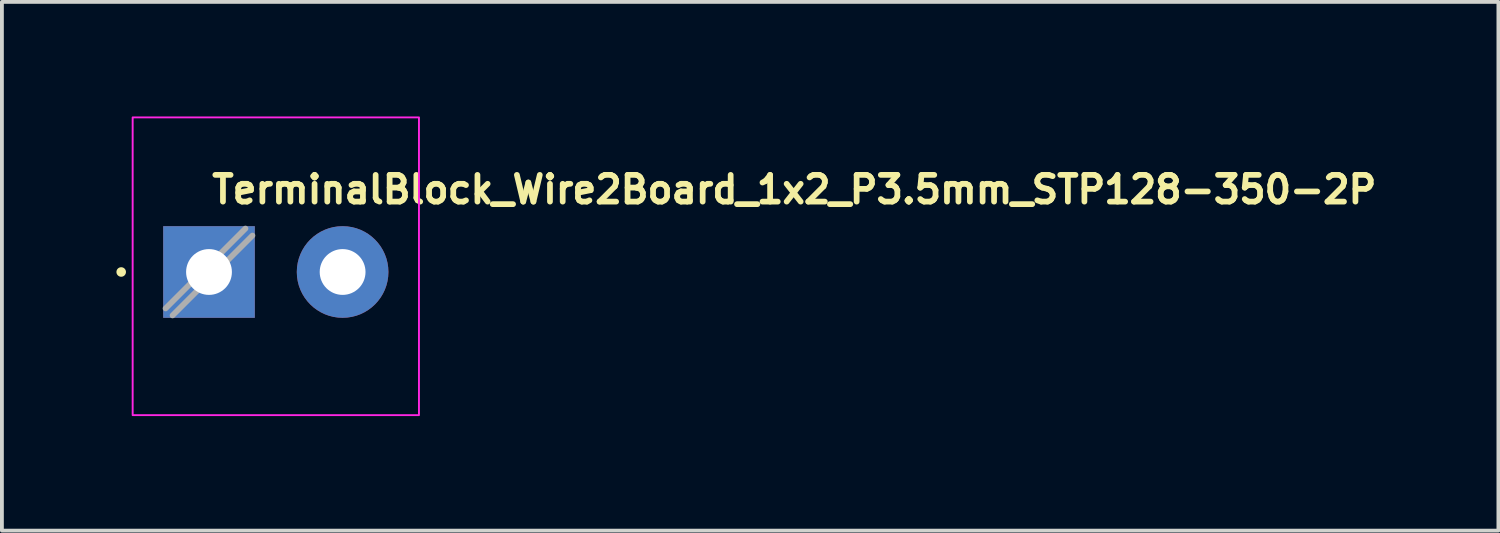
<source format=kicad_pcb>
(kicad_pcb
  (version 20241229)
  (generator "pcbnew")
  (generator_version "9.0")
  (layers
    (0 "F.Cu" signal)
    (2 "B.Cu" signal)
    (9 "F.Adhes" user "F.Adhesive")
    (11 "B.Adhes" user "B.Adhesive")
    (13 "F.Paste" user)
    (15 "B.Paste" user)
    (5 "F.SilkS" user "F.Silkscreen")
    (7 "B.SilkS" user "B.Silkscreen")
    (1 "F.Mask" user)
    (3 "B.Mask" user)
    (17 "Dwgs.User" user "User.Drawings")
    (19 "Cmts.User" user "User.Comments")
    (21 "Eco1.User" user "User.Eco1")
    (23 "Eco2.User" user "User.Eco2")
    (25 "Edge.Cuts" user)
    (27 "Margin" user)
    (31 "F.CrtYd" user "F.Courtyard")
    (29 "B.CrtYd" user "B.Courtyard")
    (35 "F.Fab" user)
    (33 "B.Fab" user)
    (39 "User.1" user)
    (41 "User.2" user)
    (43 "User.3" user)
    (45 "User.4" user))
  (footprint "TerminalBlock_Wire2Board_1x2_P3.5mm_STP128-350-2P"
    (layer "F.Cu")
    (at 2.425 4.075)
    (property "Reference" "TerminalBlock_Wire2Board_1x2_P3.5mm_STP128-350-2P" (at 0 -1.75 0) (layer "F.SilkS") (effects (font (size 0.7 0.7) (thickness 0.15)) (justify left bottom)))
    (attr through_hole)
    (fp_circle (center -2.3 0) (end -2.25 0) (stroke (width 0.15) (type solid)) (fill yes) (layer "F.SilkS"))
    (fp_rect (start -2 -4.05) (end 5.5 3.75) (stroke (width 0.05) (type solid)) (fill no) (layer "F.CrtYd"))
    (fp_line (start 0.955 -1.138) (end -1.138 0.955) (stroke (width 0.15) (type solid)) (layer "F.Fab"))
    (fp_line (start 1.138 -0.955) (end -0.955 1.138) (stroke (width 0.15) (type solid)) (layer "F.Fab"))
    (fp_rect (start -1.75 -3.8) (end 5.25 3.5) (stroke (width 0.1) (type solid)) (fill no) (layer "User.5"))
    (fp_line (start -1.75 -3.8) (end -1.75 -2.86) (stroke (width 0.02) (type solid)) (layer "User.9"))
    (fp_line (start -1.75 -3.8) (end -1.3 -3.8) (stroke (width 0.02) (type solid)) (layer "User.9"))
    (fp_line (start -1.75 -2.86) (end -1.75 -1.998) (stroke (width 0.02) (type solid)) (layer "User.9"))
    (fp_line (start -1.75 -2.86) (end 5.25 -2.86) (stroke (width 0.02) (type solid)) (layer "User.9"))
    (fp_line (start -1.75 -1.998) (end -1.75 -1.991) (stroke (width 0.02) (type solid)) (layer "User.9"))
    (fp_line (start -1.75 -1.998) (end 5.25 -1.998) (stroke (width 0.02) (type solid)) (layer "User.9"))
    (fp_line (start -1.75 -1.991) (end -1.75 -1.983) (stroke (width 0.02) (type solid)) (layer "User.9"))
    (fp_line (start -1.75 -1.983) (end -1.75 -1.974) (stroke (width 0.02) (type solid)) (layer "User.9"))
    (fp_line (start -1.75 -1.974) (end -1.75 -1.963) (stroke (width 0.02) (type solid)) (layer "User.9"))
    (fp_line (start -1.75 -1.963) (end -1.75 -1.951) (stroke (width 0.02) (type solid)) (layer "User.9"))
    (fp_line (start -1.75 -1.951) (end -1.75 -1.939) (stroke (width 0.02) (type solid)) (layer "User.9"))
    (fp_line (start -1.75 -1.939) (end -1.75 -1.925) (stroke (width 0.02) (type solid)) (layer "User.9"))
    (fp_line (start -1.75 -1.925) (end -1.75 -1.91) (stroke (width 0.02) (type solid)) (layer "User.9"))
    (fp_line (start -1.75 -1.91) (end -1.75 -1.895) (stroke (width 0.02) (type solid)) (layer "User.9"))
    (fp_line (start -1.75 -1.895) (end -1.75 -1.878) (stroke (width 0.02) (type solid)) (layer "User.9"))
    (fp_line (start -1.75 -1.878) (end -1.75 -1.862) (stroke (width 0.02) (type solid)) (layer "User.9"))
    (fp_line (start -1.75 -1.862) (end -1.75 -1.845) (stroke (width 0.02) (type solid)) (layer "User.9"))
    (fp_line (start -1.75 -1.845) (end -1.75 -1.827) (stroke (width 0.02) (type solid)) (layer "User.9"))
    (fp_line (start -1.75 -1.827) (end -1.75 -1.81) (stroke (width 0.02) (type solid)) (layer "User.9"))
    (fp_line (start -1.75 -1.81) (end -1.75 1.91) (stroke (width 0.02) (type solid)) (layer "User.9"))
    (fp_line (start -1.75 -1.81) (end 5.25 -1.81) (stroke (width 0.02) (type solid)) (layer "User.9"))
    (fp_line (start -1.75 1.91) (end -1.75 1.927) (stroke (width 0.02) (type solid)) (layer "User.9"))
    (fp_line (start -1.75 1.91) (end 5.25 1.91) (stroke (width 0.02) (type solid)) (layer "User.9"))
    (fp_line (start -1.75 1.927) (end -1.75 1.945) (stroke (width 0.02) (type solid)) (layer "User.9"))
    (fp_line (start -1.75 1.945) (end -1.75 1.962) (stroke (width 0.02) (type solid)) (layer "User.9"))
    (fp_line (start -1.75 1.962) (end -1.75 1.978) (stroke (width 0.02) (type solid)) (layer "User.9"))
    (fp_line (start -1.75 1.978) (end -1.75 1.995) (stroke (width 0.02) (type solid)) (layer "User.9"))
    (fp_line (start -1.75 1.995) (end -1.75 2.01) (stroke (width 0.02) (type solid)) (layer "User.9"))
    (fp_line (start -1.75 2.01) (end -1.75 2.025) (stroke (width 0.02) (type solid)) (layer "User.9"))
    (fp_line (start -1.75 2.025) (end -1.75 2.039) (stroke (width 0.02) (type solid)) (layer "User.9"))
    (fp_line (start -1.75 2.039) (end -1.75 2.051) (stroke (width 0.02) (type solid)) (layer "User.9"))
    (fp_line (start -1.75 2.051) (end -1.75 2.063) (stroke (width 0.02) (type solid)) (layer "User.9"))
    (fp_line (start -1.75 2.063) (end -1.75 2.074) (stroke (width 0.02) (type solid)) (layer "User.9"))
    (fp_line (start -1.75 2.074) (end -1.75 2.083) (stroke (width 0.02) (type solid)) (layer "User.9"))
    (fp_line (start -1.75 2.083) (end -1.75 2.091) (stroke (width 0.02) (type solid)) (layer "User.9"))
    (fp_line (start -1.75 2.091) (end -1.75 2.098) (stroke (width 0.02) (type solid)) (layer "User.9"))
    (fp_line (start -1.75 2.098) (end -1.75 3.324) (stroke (width 0.02) (type solid)) (layer "User.9"))
    (fp_line (start -1.75 2.098) (end 5.25 2.098) (stroke (width 0.02) (type solid)) (layer "User.9"))
    (fp_line (start -1.75 3.324) (end -1.75 3.5) (stroke (width 0.02) (type solid)) (layer "User.9"))
    (fp_line (start -1.75 3.324) (end 5.25 3.324) (stroke (width 0.02) (type solid)) (layer "User.9"))
    (fp_line (start -1.75 3.5) (end 5.25 3.5) (stroke (width 0.02) (type solid)) (layer "User.9"))
    (fp_line (start -1.449 -0.003) (end -1.449 0.103) (stroke (width 0.02) (type solid)) (layer "User.9"))
    (fp_line (start -1.449 0.103) (end -1.441 0.209) (stroke (width 0.02) (type solid)) (layer "User.9"))
    (fp_line (start -1.441 -0.109) (end -1.449 -0.003) (stroke (width 0.02) (type solid)) (layer "User.9"))
    (fp_line (start -1.441 0.209) (end -1.426 0.313) (stroke (width 0.02) (type solid)) (layer "User.9"))
    (fp_line (start -1.426 -0.213) (end -1.441 -0.109) (stroke (width 0.02) (type solid)) (layer "User.9"))
    (fp_line (start -1.426 0.313) (end -1.403 0.417) (stroke (width 0.02) (type solid)) (layer "User.9"))
    (fp_line (start -1.403 -0.317) (end -1.426 -0.213) (stroke (width 0.02) (type solid)) (layer "User.9"))
    (fp_line (start -1.403 0.417) (end -1.372 0.518) (stroke (width 0.02) (type solid)) (layer "User.9"))
    (fp_line (start -1.4 0.05) (end -1.396 0.155) (stroke (width 0.02) (type solid)) (layer "User.9"))
    (fp_line (start -1.4 0.05) (end -1.396 0.155) (stroke (width 0.02) (type solid)) (layer "User.9"))
    (fp_line (start -1.396 -0.055) (end -1.4 0.05) (stroke (width 0.02) (type solid)) (layer "User.9"))
    (fp_line (start -1.396 -0.055) (end -1.4 0.05) (stroke (width 0.02) (type solid)) (layer "User.9"))
    (fp_line (start -1.396 0.155) (end -1.384 0.26) (stroke (width 0.02) (type solid)) (layer "User.9"))
    (fp_line (start -1.396 0.155) (end -1.384 0.26) (stroke (width 0.02) (type solid)) (layer "User.9"))
    (fp_line (start -1.384 -0.16) (end -1.396 -0.055) (stroke (width 0.02) (type solid)) (layer "User.9"))
    (fp_line (start -1.384 -0.16) (end -1.396 -0.055) (stroke (width 0.02) (type solid)) (layer "User.9"))
    (fp_line (start -1.384 0.26) (end -1.364 0.363) (stroke (width 0.02) (type solid)) (layer "User.9"))
    (fp_line (start -1.384 0.26) (end -1.364 0.363) (stroke (width 0.02) (type solid)) (layer "User.9"))
    (fp_line (start -1.372 -0.418) (end -1.403 -0.317) (stroke (width 0.02) (type solid)) (layer "User.9"))
    (fp_line (start -1.372 0.518) (end -1.335 0.617) (stroke (width 0.02) (type solid)) (layer "User.9"))
    (fp_line (start -1.364 -0.263) (end -1.384 -0.16) (stroke (width 0.02) (type solid)) (layer "User.9"))
    (fp_line (start -1.364 -0.263) (end -1.384 -0.16) (stroke (width 0.02) (type solid)) (layer "User.9"))
    (fp_line (start -1.364 0.363) (end -1.337 0.465) (stroke (width 0.02) (type solid)) (layer "User.9"))
    (fp_line (start -1.364 0.363) (end -1.337 0.465) (stroke (width 0.02) (type solid)) (layer "User.9"))
    (fp_line (start -1.337 -0.365) (end -1.364 -0.263) (stroke (width 0.02) (type solid)) (layer "User.9"))
    (fp_line (start -1.337 -0.365) (end -1.364 -0.263) (stroke (width 0.02) (type solid)) (layer "User.9"))
    (fp_line (start -1.337 0.465) (end -1.302 0.565) (stroke (width 0.02) (type solid)) (layer "User.9"))
    (fp_line (start -1.337 0.465) (end -1.302 0.565) (stroke (width 0.02) (type solid)) (layer "User.9"))
    (fp_line (start -1.335 -0.517) (end -1.372 -0.418) (stroke (width 0.02) (type solid)) (layer "User.9"))
    (fp_line (start -1.335 0.617) (end -1.29 0.713) (stroke (width 0.02) (type solid)) (layer "User.9"))
    (fp_line (start -1.302 -0.465) (end -1.337 -0.365) (stroke (width 0.02) (type solid)) (layer "User.9"))
    (fp_line (start -1.302 -0.465) (end -1.337 -0.365) (stroke (width 0.02) (type solid)) (layer "User.9"))
    (fp_line (start -1.302 0.565) (end -1.26 0.661) (stroke (width 0.02) (type solid)) (layer "User.9"))
    (fp_line (start -1.302 0.565) (end -1.26 0.661) (stroke (width 0.02) (type solid)) (layer "User.9"))
    (fp_line (start -1.3 -3.8) (end -1.3 -3.55) (stroke (width 0.02) (type solid)) (layer "User.9"))
    (fp_line (start -1.3 -3.8) (end -1.25 -3.8) (stroke (width 0.02) (type solid)) (layer "User.9"))
    (fp_line (start -1.3 -3.55) (end -1.25 -3.55) (stroke (width 0.02) (type solid)) (layer "User.9"))
    (fp_line (start -1.29 -0.613) (end -1.335 -0.517) (stroke (width 0.02) (type solid)) (layer "User.9"))
    (fp_line (start -1.29 0.713) (end -1.238 0.805) (stroke (width 0.02) (type solid)) (layer "User.9"))
    (fp_line (start -1.26 -0.561) (end -1.302 -0.465) (stroke (width 0.02) (type solid)) (layer "User.9"))
    (fp_line (start -1.26 -0.561) (end -1.302 -0.465) (stroke (width 0.02) (type solid)) (layer "User.9"))
    (fp_line (start -1.26 0.661) (end -1.21 0.754) (stroke (width 0.02) (type solid)) (layer "User.9"))
    (fp_line (start -1.26 0.661) (end -1.21 0.754) (stroke (width 0.02) (type solid)) (layer "User.9"))
    (fp_line (start -1.25 -3.8) (end -1.25 -3.55) (stroke (width 0.02) (type solid)) (layer "User.9"))
    (fp_line (start -1.25 0.05) (end -1.246 0.148) (stroke (width 0.02) (type solid)) (layer "User.9"))
    (fp_line (start -1.246 -0.048) (end -1.25 0.05) (stroke (width 0.02) (type solid)) (layer "User.9"))
    (fp_line (start -1.246 0.148) (end -1.235 0.245) (stroke (width 0.02) (type solid)) (layer "User.9"))
    (fp_line (start -1.238 -0.705) (end -1.29 -0.613) (stroke (width 0.02) (type solid)) (layer "User.9"))
    (fp_line (start -1.238 0.805) (end -1.179 0.894) (stroke (width 0.02) (type solid)) (layer "User.9"))
    (fp_line (start -1.235 -0.145) (end -1.246 -0.048) (stroke (width 0.02) (type solid)) (layer "User.9"))
    (fp_line (start -1.235 0.245) (end -1.216 0.34) (stroke (width 0.02) (type solid)) (layer "User.9"))
    (fp_line (start -1.216 -0.24) (end -1.235 -0.145) (stroke (width 0.02) (type solid)) (layer "User.9"))
    (fp_line (start -1.216 0.34) (end -1.189 0.434) (stroke (width 0.02) (type solid)) (layer "User.9"))
    (fp_line (start -1.21 -0.654) (end -1.26 -0.561) (stroke (width 0.02) (type solid)) (layer "User.9"))
    (fp_line (start -1.21 -0.654) (end -1.26 -0.561) (stroke (width 0.02) (type solid)) (layer "User.9"))
    (fp_line (start -1.21 0.754) (end -1.154 0.843) (stroke (width 0.02) (type solid)) (layer "User.9"))
    (fp_line (start -1.21 0.754) (end -1.154 0.843) (stroke (width 0.02) (type solid)) (layer "User.9"))
    (fp_line (start -1.189 -0.334) (end -1.216 -0.24) (stroke (width 0.02) (type solid)) (layer "User.9"))
    (fp_line (start -1.189 0.434) (end -1.156 0.526) (stroke (width 0.02) (type solid)) (layer "User.9"))
    (fp_line (start -1.179 -0.794) (end -1.238 -0.705) (stroke (width 0.02) (type solid)) (layer "User.9"))
    (fp_line (start -1.179 0.894) (end -1.115 0.978) (stroke (width 0.02) (type solid)) (layer "User.9"))
    (fp_line (start -1.156 -0.426) (end -1.189 -0.334) (stroke (width 0.02) (type solid)) (layer "User.9"))
    (fp_line (start -1.156 0.526) (end -1.115 0.615) (stroke (width 0.02) (type solid)) (layer "User.9"))
    (fp_line (start -1.154 -0.743) (end -1.21 -0.654) (stroke (width 0.02) (type solid)) (layer "User.9"))
    (fp_line (start -1.154 -0.743) (end -1.21 -0.654) (stroke (width 0.02) (type solid)) (layer "User.9"))
    (fp_line (start -1.154 0.843) (end -1.091 0.927) (stroke (width 0.02) (type solid)) (layer "User.9"))
    (fp_line (start -1.154 0.843) (end -1.091 0.927) (stroke (width 0.02) (type solid)) (layer "User.9"))
    (fp_line (start -1.115 -0.878) (end -1.179 -0.794) (stroke (width 0.02) (type solid)) (layer "User.9"))
    (fp_line (start -1.115 -0.515) (end -1.156 -0.426) (stroke (width 0.02) (type solid)) (layer "User.9"))
    (fp_line (start -1.115 0.615) (end -1.068 0.7) (stroke (width 0.02) (type solid)) (layer "User.9"))
    (fp_line (start -1.115 0.978) (end -1.044 1.056) (stroke (width 0.02) (type solid)) (layer "User.9"))
    (fp_line (start -1.091 -0.827) (end -1.154 -0.743) (stroke (width 0.02) (type solid)) (layer "User.9"))
    (fp_line (start -1.091 -0.827) (end -1.154 -0.743) (stroke (width 0.02) (type solid)) (layer "User.9"))
    (fp_line (start -1.091 0.927) (end -1.022 1.007) (stroke (width 0.02) (type solid)) (layer "User.9"))
    (fp_line (start -1.091 0.927) (end -1.022 1.007) (stroke (width 0.02) (type solid)) (layer "User.9"))
    (fp_line (start -1.068 -0.6) (end -1.115 -0.515) (stroke (width 0.02) (type solid)) (layer "User.9"))
    (fp_line (start -1.068 0.7) (end -1.014 0.782) (stroke (width 0.02) (type solid)) (layer "User.9"))
    (fp_line (start -1.044 -0.956) (end -1.115 -0.878) (stroke (width 0.02) (type solid)) (layer "User.9"))
    (fp_line (start -1.044 1.056) (end -0.968 1.13) (stroke (width 0.02) (type solid)) (layer "User.9"))
    (fp_line (start -1.022 -0.907) (end -1.091 -0.827) (stroke (width 0.02) (type solid)) (layer "User.9"))
    (fp_line (start -1.022 -0.907) (end -1.091 -0.827) (stroke (width 0.02) (type solid)) (layer "User.9"))
    (fp_line (start -1.022 1.007) (end -0.947 1.081) (stroke (width 0.02) (type solid)) (layer "User.9"))
    (fp_line (start -1.022 1.007) (end -0.947 1.081) (stroke (width 0.02) (type solid)) (layer "User.9"))
    (fp_line (start -1.014 -0.682) (end -1.068 -0.6) (stroke (width 0.02) (type solid)) (layer "User.9"))
    (fp_line (start -1.014 0.782) (end -0.953 0.858) (stroke (width 0.02) (type solid)) (layer "User.9"))
    (fp_line (start -0.968 -1.03) (end -1.044 -0.956) (stroke (width 0.02) (type solid)) (layer "User.9"))
    (fp_line (start -0.968 1.13) (end -0.886 1.198) (stroke (width 0.02) (type solid)) (layer "User.9"))
    (fp_line (start -0.953 -0.758) (end -1.014 -0.682) (stroke (width 0.02) (type solid)) (layer "User.9"))
    (fp_line (start -0.953 0.858) (end -0.887 0.93) (stroke (width 0.02) (type solid)) (layer "User.9"))
    (fp_line (start -0.947 -0.981) (end -1.022 -0.907) (stroke (width 0.02) (type solid)) (layer "User.9"))
    (fp_line (start -0.947 -0.981) (end -1.022 -0.907) (stroke (width 0.02) (type solid)) (layer "User.9"))
    (fp_line (start -0.947 1.081) (end -0.867 1.149) (stroke (width 0.02) (type solid)) (layer "User.9"))
    (fp_line (start -0.947 1.081) (end -0.867 1.149) (stroke (width 0.02) (type solid)) (layer "User.9"))
    (fp_line (start -0.887 -0.83) (end -0.953 -0.758) (stroke (width 0.02) (type solid)) (layer "User.9"))
    (fp_line (start -0.887 0.93) (end -0.816 0.997) (stroke (width 0.02) (type solid)) (layer "User.9"))
    (fp_line (start -0.886 -1.098) (end -0.968 -1.03) (stroke (width 0.02) (type solid)) (layer "User.9"))
    (fp_line (start -0.886 1.198) (end -0.8 1.259) (stroke (width 0.02) (type solid)) (layer "User.9"))
    (fp_line (start -0.867 -1.049) (end -0.947 -0.981) (stroke (width 0.02) (type solid)) (layer "User.9"))
    (fp_line (start -0.867 -1.049) (end -0.947 -0.981) (stroke (width 0.02) (type solid)) (layer "User.9"))
    (fp_line (start -0.867 1.149) (end -0.782 1.212) (stroke (width 0.02) (type solid)) (layer "User.9"))
    (fp_line (start -0.867 1.149) (end -0.782 1.212) (stroke (width 0.02) (type solid)) (layer "User.9"))
    (fp_line (start -0.816 -0.897) (end -0.887 -0.83) (stroke (width 0.02) (type solid)) (layer "User.9"))
    (fp_line (start -0.816 0.997) (end -0.74 1.058) (stroke (width 0.02) (type solid)) (layer "User.9"))
    (fp_line (start -0.8 -1.159) (end -0.886 -1.098) (stroke (width 0.02) (type solid)) (layer "User.9"))
    (fp_line (start -0.8 1.259) (end -0.71 1.314) (stroke (width 0.02) (type solid)) (layer "User.9"))
    (fp_line (start -0.782 -1.112) (end -0.867 -1.049) (stroke (width 0.02) (type solid)) (layer "User.9"))
    (fp_line (start -0.782 -1.112) (end -0.867 -1.049) (stroke (width 0.02) (type solid)) (layer "User.9"))
    (fp_line (start -0.782 1.212) (end -0.692 1.267) (stroke (width 0.02) (type solid)) (layer "User.9"))
    (fp_line (start -0.782 1.212) (end -0.692 1.267) (stroke (width 0.02) (type solid)) (layer "User.9"))
    (fp_line (start -0.74 -0.958) (end -0.816 -0.897) (stroke (width 0.02) (type solid)) (layer "User.9"))
    (fp_line (start -0.74 1.058) (end -0.659 1.112) (stroke (width 0.02) (type solid)) (layer "User.9"))
    (fp_line (start -0.71 -1.214) (end -0.8 -1.159) (stroke (width 0.02) (type solid)) (layer "User.9"))
    (fp_line (start -0.71 1.314) (end -0.615 1.363) (stroke (width 0.02) (type solid)) (layer "User.9"))
    (fp_line (start -0.692 -1.167) (end -0.782 -1.112) (stroke (width 0.02) (type solid)) (layer "User.9"))
    (fp_line (start -0.692 -1.167) (end -0.782 -1.112) (stroke (width 0.02) (type solid)) (layer "User.9"))
    (fp_line (start -0.692 1.267) (end -0.599 1.316) (stroke (width 0.02) (type solid)) (layer "User.9"))
    (fp_line (start -0.692 1.267) (end -0.599 1.316) (stroke (width 0.02) (type solid)) (layer "User.9"))
    (fp_line (start -0.659 -1.012) (end -0.74 -0.958) (stroke (width 0.02) (type solid)) (layer "User.9"))
    (fp_line (start -0.659 1.112) (end -0.574 1.161) (stroke (width 0.02) (type solid)) (layer "User.9"))
    (fp_line (start -0.615 -1.263) (end -0.71 -1.214) (stroke (width 0.02) (type solid)) (layer "User.9"))
    (fp_line (start -0.615 1.363) (end -0.518 1.404) (stroke (width 0.02) (type solid)) (layer "User.9"))
    (fp_line (start -0.599 -1.216) (end -0.692 -1.167) (stroke (width 0.02) (type solid)) (layer "User.9"))
    (fp_line (start -0.599 -1.216) (end -0.692 -1.167) (stroke (width 0.02) (type solid)) (layer "User.9"))
    (fp_line (start -0.599 1.316) (end -0.502 1.357) (stroke (width 0.02) (type solid)) (layer "User.9"))
    (fp_line (start -0.599 1.316) (end -0.502 1.357) (stroke (width 0.02) (type solid)) (layer "User.9"))
    (fp_line (start -0.574 -1.061) (end -0.659 -1.012) (stroke (width 0.02) (type solid)) (layer "User.9"))
    (fp_line (start -0.574 1.161) (end -0.485 1.202) (stroke (width 0.02) (type solid)) (layer "User.9"))
    (fp_line (start -0.518 -1.304) (end -0.615 -1.263) (stroke (width 0.02) (type solid)) (layer "User.9"))
    (fp_line (start -0.518 1.404) (end -0.418 1.439) (stroke (width 0.02) (type solid)) (layer "User.9"))
    (fp_line (start -0.502 -1.257) (end -0.599 -1.216) (stroke (width 0.02) (type solid)) (layer "User.9"))
    (fp_line (start -0.502 -1.257) (end -0.599 -1.216) (stroke (width 0.02) (type solid)) (layer "User.9"))
    (fp_line (start -0.502 1.357) (end -0.402 1.391) (stroke (width 0.02) (type solid)) (layer "User.9"))
    (fp_line (start -0.502 1.357) (end -0.402 1.391) (stroke (width 0.02) (type solid)) (layer "User.9"))
    (fp_line (start -0.5 -3.55) (end -0.45 -3.55) (stroke (width 0.02) (type solid)) (layer "User.9"))
    (fp_line (start -0.5 -2.864) (end -0.5 -3.55) (stroke (width 0.02) (type solid)) (layer "User.9"))
    (fp_line (start -0.485 -1.102) (end -0.574 -1.061) (stroke (width 0.02) (type solid)) (layer "User.9"))
    (fp_line (start -0.485 1.202) (end -0.394 1.236) (stroke (width 0.02) (type solid)) (layer "User.9"))
    (fp_line (start -0.45 -3.8) (end -1.25 -3.8) (stroke (width 0.02) (type solid)) (layer "User.9"))
    (fp_line (start -0.45 -3.8) (end 1.3 -3.8) (stroke (width 0.02) (type solid)) (layer "User.9"))
    (fp_line (start -0.45 -3.55) (end -0.45 -3.8) (stroke (width 0.02) (type solid)) (layer "User.9"))
    (fp_line (start -0.418 -1.339) (end -0.518 -1.304) (stroke (width 0.02) (type solid)) (layer "User.9"))
    (fp_line (start -0.418 1.439) (end -0.315 1.465) (stroke (width 0.02) (type solid)) (layer "User.9"))
    (fp_line (start -0.402 -1.291) (end -0.502 -1.257) (stroke (width 0.02) (type solid)) (layer "User.9"))
    (fp_line (start -0.402 -1.291) (end -0.502 -1.257) (stroke (width 0.02) (type solid)) (layer "User.9"))
    (fp_line (start -0.402 1.391) (end -0.3 1.417) (stroke (width 0.02) (type solid)) (layer "User.9"))
    (fp_line (start -0.402 1.391) (end -0.3 1.417) (stroke (width 0.02) (type solid)) (layer "User.9"))
    (fp_line (start -0.394 -1.136) (end -0.485 -1.102) (stroke (width 0.02) (type solid)) (layer "User.9"))
    (fp_line (start -0.394 1.236) (end -0.3 1.263) (stroke (width 0.02) (type solid)) (layer "User.9"))
    (fp_line (start -0.315 -1.365) (end -0.418 -1.339) (stroke (width 0.02) (type solid)) (layer "User.9"))
    (fp_line (start -0.315 1.465) (end -0.211 1.485) (stroke (width 0.02) (type solid)) (layer "User.9"))
    (fp_line (start -0.3 -1.317) (end -0.402 -1.291) (stroke (width 0.02) (type solid)) (layer "User.9"))
    (fp_line (start -0.3 -1.317) (end -0.402 -1.291) (stroke (width 0.02) (type solid)) (layer "User.9"))
    (fp_line (start -0.3 -1.315) (end -0.3 -1.317) (stroke (width 0.02) (type solid)) (layer "User.9"))
    (fp_line (start -0.3 -1.306) (end -0.3 -1.315) (stroke (width 0.02) (type solid)) (layer "User.9"))
    (fp_line (start -0.3 -1.292) (end -0.3 -1.306) (stroke (width 0.02) (type solid)) (layer "User.9"))
    (fp_line (start -0.3 -1.273) (end -0.3 -1.292) (stroke (width 0.02) (type solid)) (layer "User.9"))
    (fp_line (start -0.3 -1.25) (end -0.3 -1.273) (stroke (width 0.02) (type solid)) (layer "User.9"))
    (fp_line (start -0.3 -1.223) (end -0.3 -1.25) (stroke (width 0.02) (type solid)) (layer "User.9"))
    (fp_line (start -0.3 -1.163) (end -0.394 -1.136) (stroke (width 0.02) (type solid)) (layer "User.9"))
    (fp_line (start -0.3 -1.163) (end -0.3 -1.223) (stroke (width 0.02) (type solid)) (layer "User.9"))
    (fp_line (start -0.3 1.263) (end -0.3 -1.163) (stroke (width 0.02) (type solid)) (layer "User.9"))
    (fp_line (start -0.3 1.323) (end -0.3 1.263) (stroke (width 0.02) (type solid)) (layer "User.9"))
    (fp_line (start -0.3 1.35) (end -0.3 1.323) (stroke (width 0.02) (type solid)) (layer "User.9"))
    (fp_line (start -0.3 1.373) (end -0.3 1.35) (stroke (width 0.02) (type solid)) (layer "User.9"))
    (fp_line (start -0.3 1.392) (end -0.3 1.373) (stroke (width 0.02) (type solid)) (layer "User.9"))
    (fp_line (start -0.3 1.406) (end -0.3 1.392) (stroke (width 0.02) (type solid)) (layer "User.9"))
    (fp_line (start -0.3 1.415) (end -0.3 1.406) (stroke (width 0.02) (type solid)) (layer "User.9"))
    (fp_line (start -0.3 1.417) (end -0.3 1.415) (stroke (width 0.02) (type solid)) (layer "User.9"))
    (fp_line (start -0.3 1.417) (end -0.201 1.436) (stroke (width 0.02) (type solid)) (layer "User.9"))
    (fp_line (start -0.211 -1.385) (end -0.315 -1.365) (stroke (width 0.02) (type solid)) (layer "User.9"))
    (fp_line (start -0.211 1.485) (end -0.106 1.496) (stroke (width 0.02) (type solid)) (layer "User.9"))
    (fp_line (start -0.201 -1.336) (end -0.3 -1.317) (stroke (width 0.02) (type solid)) (layer "User.9"))
    (fp_line (start -0.201 1.436) (end -0.101 1.446) (stroke (width 0.02) (type solid)) (layer "User.9"))
    (fp_line (start -0.106 -1.396) (end -0.211 -1.385) (stroke (width 0.02) (type solid)) (layer "User.9"))
    (fp_line (start -0.106 1.496) (end 0 1.5) (stroke (width 0.02) (type solid)) (layer "User.9"))
    (fp_line (start -0.101 -1.346) (end -0.201 -1.336) (stroke (width 0.02) (type solid)) (layer "User.9"))
    (fp_line (start -0.101 1.446) (end 0 1.45) (stroke (width 0.02) (type solid)) (layer "User.9"))
    (fp_line (start 0 -1.4) (end -0.106 -1.396) (stroke (width 0.02) (type solid)) (layer "User.9"))
    (fp_line (start 0 -1.35) (end -0.101 -1.346) (stroke (width 0.02) (type solid)) (layer "User.9"))
    (fp_line (start 0 1.45) (end 0.101 1.446) (stroke (width 0.02) (type solid)) (layer "User.9"))
    (fp_line (start 0 1.5) (end 0.106 1.496) (stroke (width 0.02) (type solid)) (layer "User.9"))
    (fp_line (start 0.101 -1.346) (end 0 -1.35) (stroke (width 0.02) (type solid)) (layer "User.9"))
    (fp_line (start 0.101 1.446) (end 0.201 1.436) (stroke (width 0.02) (type solid)) (layer "User.9"))
    (fp_line (start 0.106 -1.396) (end 0 -1.4) (stroke (width 0.02) (type solid)) (layer "User.9"))
    (fp_line (start 0.106 1.496) (end 0.211 1.485) (stroke (width 0.02) (type solid)) (layer "User.9"))
    (fp_line (start 0.201 -1.336) (end 0.101 -1.346) (stroke (width 0.02) (type solid)) (layer "User.9"))
    (fp_line (start 0.201 1.436) (end 0.3 1.417) (stroke (width 0.02) (type solid)) (layer "User.9"))
    (fp_line (start 0.211 -1.385) (end 0.106 -1.396) (stroke (width 0.02) (type solid)) (layer "User.9"))
    (fp_line (start 0.211 1.485) (end 0.315 1.465) (stroke (width 0.02) (type solid)) (layer "User.9"))
    (fp_line (start 0.3 -1.317) (end 0.201 -1.336) (stroke (width 0.02) (type solid)) (layer "User.9"))
    (fp_line (start 0.3 -1.317) (end 0.3 -1.315) (stroke (width 0.02) (type solid)) (layer "User.9"))
    (fp_line (start 0.3 -1.315) (end 0.3 -1.306) (stroke (width 0.02) (type solid)) (layer "User.9"))
    (fp_line (start 0.3 -1.306) (end 0.3 -1.292) (stroke (width 0.02) (type solid)) (layer "User.9"))
    (fp_line (start 0.3 -1.292) (end 0.3 -1.273) (stroke (width 0.02) (type solid)) (layer "User.9"))
    (fp_line (start 0.3 -1.273) (end 0.3 -1.25) (stroke (width 0.02) (type solid)) (layer "User.9"))
    (fp_line (start 0.3 -1.25) (end 0.3 -1.223) (stroke (width 0.02) (type solid)) (layer "User.9"))
    (fp_line (start 0.3 -1.223) (end 0.3 -1.163) (stroke (width 0.02) (type solid)) (layer "User.9"))
    (fp_line (start 0.3 1.263) (end 0.3 -1.163) (stroke (width 0.02) (type solid)) (layer "User.9"))
    (fp_line (start 0.3 1.263) (end 0.3 1.323) (stroke (width 0.02) (type solid)) (layer "User.9"))
    (fp_line (start 0.3 1.263) (end 0.394 1.236) (stroke (width 0.02) (type solid)) (layer "User.9"))
    (fp_line (start 0.3 1.323) (end 0.3 1.35) (stroke (width 0.02) (type solid)) (layer "User.9"))
    (fp_line (start 0.3 1.35) (end 0.3 1.373) (stroke (width 0.02) (type solid)) (layer "User.9"))
    (fp_line (start 0.3 1.373) (end 0.3 1.392) (stroke (width 0.02) (type solid)) (layer "User.9"))
    (fp_line (start 0.3 1.392) (end 0.3 1.406) (stroke (width 0.02) (type solid)) (layer "User.9"))
    (fp_line (start 0.3 1.406) (end 0.3 1.415) (stroke (width 0.02) (type solid)) (layer "User.9"))
    (fp_line (start 0.3 1.415) (end 0.3 1.417) (stroke (width 0.02) (type solid)) (layer "User.9"))
    (fp_line (start 0.3 1.417) (end 0.402 1.391) (stroke (width 0.02) (type solid)) (layer "User.9"))
    (fp_line (start 0.3 1.417) (end 0.402 1.391) (stroke (width 0.02) (type solid)) (layer "User.9"))
    (fp_line (start 0.315 -1.365) (end 0.211 -1.385) (stroke (width 0.02) (type solid)) (layer "User.9"))
    (fp_line (start 0.315 1.465) (end 0.418 1.439) (stroke (width 0.02) (type solid)) (layer "User.9"))
    (fp_line (start 0.394 -1.136) (end 0.3 -1.163) (stroke (width 0.02) (type solid)) (layer "User.9"))
    (fp_line (start 0.394 1.236) (end 0.485 1.202) (stroke (width 0.02) (type solid)) (layer "User.9"))
    (fp_line (start 0.402 -1.291) (end 0.3 -1.317) (stroke (width 0.02) (type solid)) (layer "User.9"))
    (fp_line (start 0.402 -1.291) (end 0.3 -1.317) (stroke (width 0.02) (type solid)) (layer "User.9"))
    (fp_line (start 0.402 1.391) (end 0.502 1.357) (stroke (width 0.02) (type solid)) (layer "User.9"))
    (fp_line (start 0.402 1.391) (end 0.502 1.357) (stroke (width 0.02) (type solid)) (layer "User.9"))
    (fp_line (start 0.418 -1.339) (end 0.315 -1.365) (stroke (width 0.02) (type solid)) (layer "User.9"))
    (fp_line (start 0.418 1.439) (end 0.518 1.404) (stroke (width 0.02) (type solid)) (layer "User.9"))
    (fp_line (start 0.485 -1.102) (end 0.394 -1.136) (stroke (width 0.02) (type solid)) (layer "User.9"))
    (fp_line (start 0.485 1.202) (end 0.574 1.161) (stroke (width 0.02) (type solid)) (layer "User.9"))
    (fp_line (start 0.5 -3.55) (end 0.5 -2.864) (stroke (width 0.02) (type solid)) (layer "User.9"))
    (fp_line (start 0.5 -3.55) (end 1.3 -3.55) (stroke (width 0.02) (type solid)) (layer "User.9"))
    (fp_line (start 0.5 -3.1) (end -0.5 -3.1) (stroke (width 0.02) (type solid)) (layer "User.9"))
    (fp_line (start 0.5 -2.864) (end -0.5 -2.864) (stroke (width 0.02) (type solid)) (layer "User.9"))
    (fp_line (start 0.502 -1.257) (end 0.402 -1.291) (stroke (width 0.02) (type solid)) (layer "User.9"))
    (fp_line (start 0.502 -1.257) (end 0.402 -1.291) (stroke (width 0.02) (type solid)) (layer "User.9"))
    (fp_line (start 0.502 1.357) (end 0.599 1.316) (stroke (width 0.02) (type solid)) (layer "User.9"))
    (fp_line (start 0.502 1.357) (end 0.599 1.316) (stroke (width 0.02) (type solid)) (layer "User.9"))
    (fp_line (start 0.518 -1.304) (end 0.418 -1.339) (stroke (width 0.02) (type solid)) (layer "User.9"))
    (fp_line (start 0.518 1.404) (end 0.615 1.363) (stroke (width 0.02) (type solid)) (layer "User.9"))
    (fp_line (start 0.574 -1.061) (end 0.485 -1.102) (stroke (width 0.02) (type solid)) (layer "User.9"))
    (fp_line (start 0.574 1.161) (end 0.659 1.112) (stroke (width 0.02) (type solid)) (layer "User.9"))
    (fp_line (start 0.599 -1.216) (end 0.502 -1.257) (stroke (width 0.02) (type solid)) (layer "User.9"))
    (fp_line (start 0.599 -1.216) (end 0.502 -1.257) (stroke (width 0.02) (type solid)) (layer "User.9"))
    (fp_line (start 0.599 1.316) (end 0.692 1.267) (stroke (width 0.02) (type solid)) (layer "User.9"))
    (fp_line (start 0.599 1.316) (end 0.692 1.267) (stroke (width 0.02) (type solid)) (layer "User.9"))
    (fp_line (start 0.615 -1.263) (end 0.518 -1.304) (stroke (width 0.02) (type solid)) (layer "User.9"))
    (fp_line (start 0.615 1.363) (end 0.71 1.314) (stroke (width 0.02) (type solid)) (layer "User.9"))
    (fp_line (start 0.659 -1.012) (end 0.574 -1.061) (stroke (width 0.02) (type solid)) (layer "User.9"))
    (fp_line (start 0.659 1.112) (end 0.74 1.058) (stroke (width 0.02) (type solid)) (layer "User.9"))
    (fp_line (start 0.692 -1.167) (end 0.599 -1.216) (stroke (width 0.02) (type solid)) (layer "User.9"))
    (fp_line (start 0.692 -1.167) (end 0.599 -1.216) (stroke (width 0.02) (type solid)) (layer "User.9"))
    (fp_line (start 0.692 1.267) (end 0.782 1.212) (stroke (width 0.02) (type solid)) (layer "User.9"))
    (fp_line (start 0.692 1.267) (end 0.782 1.212) (stroke (width 0.02) (type solid)) (layer "User.9"))
    (fp_line (start 0.71 -1.214) (end 0.615 -1.263) (stroke (width 0.02) (type solid)) (layer "User.9"))
    (fp_line (start 0.71 1.314) (end 0.8 1.259) (stroke (width 0.02) (type solid)) (layer "User.9"))
    (fp_line (start 0.74 -0.958) (end 0.659 -1.012) (stroke (width 0.02) (type solid)) (layer "User.9"))
    (fp_line (start 0.74 1.058) (end 0.816 0.997) (stroke (width 0.02) (type solid)) (layer "User.9"))
    (fp_line (start 0.782 -1.112) (end 0.692 -1.167) (stroke (width 0.02) (type solid)) (layer "User.9"))
    (fp_line (start 0.782 -1.112) (end 0.692 -1.167) (stroke (width 0.02) (type solid)) (layer "User.9"))
    (fp_line (start 0.782 1.212) (end 0.867 1.149) (stroke (width 0.02) (type solid)) (layer "User.9"))
    (fp_line (start 0.782 1.212) (end 0.867 1.149) (stroke (width 0.02) (type solid)) (layer "User.9"))
    (fp_line (start 0.8 -1.159) (end 0.71 -1.214) (stroke (width 0.02) (type solid)) (layer "User.9"))
    (fp_line (start 0.8 1.259) (end 0.886 1.198) (stroke (width 0.02) (type solid)) (layer "User.9"))
    (fp_line (start 0.816 -0.897) (end 0.74 -0.958) (stroke (width 0.02) (type solid)) (layer "User.9"))
    (fp_line (start 0.816 0.997) (end 0.887 0.93) (stroke (width 0.02) (type solid)) (layer "User.9"))
    (fp_line (start 0.867 -1.049) (end 0.782 -1.112) (stroke (width 0.02) (type solid)) (layer "User.9"))
    (fp_line (start 0.867 -1.049) (end 0.782 -1.112) (stroke (width 0.02) (type solid)) (layer "User.9"))
    (fp_line (start 0.867 1.149) (end 0.947 1.081) (stroke (width 0.02) (type solid)) (layer "User.9"))
    (fp_line (start 0.867 1.149) (end 0.947 1.081) (stroke (width 0.02) (type solid)) (layer "User.9"))
    (fp_line (start 0.886 -1.098) (end 0.8 -1.159) (stroke (width 0.02) (type solid)) (layer "User.9"))
    (fp_line (start 0.886 1.198) (end 0.968 1.13) (stroke (width 0.02) (type solid)) (layer "User.9"))
    (fp_line (start 0.887 -0.83) (end 0.816 -0.897) (stroke (width 0.02) (type solid)) (layer "User.9"))
    (fp_line (start 0.887 0.93) (end 0.953 0.858) (stroke (width 0.02) (type solid)) (layer "User.9"))
    (fp_line (start 0.947 -0.981) (end 0.867 -1.049) (stroke (width 0.02) (type solid)) (layer "User.9"))
    (fp_line (start 0.947 -0.981) (end 0.867 -1.049) (stroke (width 0.02) (type solid)) (layer "User.9"))
    (fp_line (start 0.947 1.081) (end 1.022 1.007) (stroke (width 0.02) (type solid)) (layer "User.9"))
    (fp_line (start 0.947 1.081) (end 1.022 1.007) (stroke (width 0.02) (type solid)) (layer "User.9"))
    (fp_line (start 0.953 -0.758) (end 0.887 -0.83) (stroke (width 0.02) (type solid)) (layer "User.9"))
    (fp_line (start 0.953 0.858) (end 1.014 0.782) (stroke (width 0.02) (type solid)) (layer "User.9"))
    (fp_line (start 0.968 -1.03) (end 0.886 -1.098) (stroke (width 0.02) (type solid)) (layer "User.9"))
    (fp_line (start 0.968 1.13) (end 1.044 1.056) (stroke (width 0.02) (type solid)) (layer "User.9"))
    (fp_line (start 1.014 -0.682) (end 0.953 -0.758) (stroke (width 0.02) (type solid)) (layer "User.9"))
    (fp_line (start 1.014 0.782) (end 1.068 0.7) (stroke (width 0.02) (type solid)) (layer "User.9"))
    (fp_line (start 1.022 -0.907) (end 0.947 -0.981) (stroke (width 0.02) (type solid)) (layer "User.9"))
    (fp_line (start 1.022 -0.907) (end 0.947 -0.981) (stroke (width 0.02) (type solid)) (layer "User.9"))
    (fp_line (start 1.022 1.007) (end 1.091 0.927) (stroke (width 0.02) (type solid)) (layer "User.9"))
    (fp_line (start 1.022 1.007) (end 1.091 0.927) (stroke (width 0.02) (type solid)) (layer "User.9"))
    (fp_line (start 1.044 -0.956) (end 0.968 -1.03) (stroke (width 0.02) (type solid)) (layer "User.9"))
    (fp_line (start 1.044 1.056) (end 1.115 0.978) (stroke (width 0.02) (type solid)) (layer "User.9"))
    (fp_line (start 1.068 -0.6) (end 1.014 -0.682) (stroke (width 0.02) (type solid)) (layer "User.9"))
    (fp_line (start 1.068 0.7) (end 1.115 0.615) (stroke (width 0.02) (type solid)) (layer "User.9"))
    (fp_line (start 1.091 -0.827) (end 1.022 -0.907) (stroke (width 0.02) (type solid)) (layer "User.9"))
    (fp_line (start 1.091 -0.827) (end 1.022 -0.907) (stroke (width 0.02) (type solid)) (layer "User.9"))
    (fp_line (start 1.091 0.927) (end 1.154 0.843) (stroke (width 0.02) (type solid)) (layer "User.9"))
    (fp_line (start 1.091 0.927) (end 1.154 0.843) (stroke (width 0.02) (type solid)) (layer "User.9"))
    (fp_line (start 1.115 -0.878) (end 1.044 -0.956) (stroke (width 0.02) (type solid)) (layer "User.9"))
    (fp_line (start 1.115 -0.515) (end 1.068 -0.6) (stroke (width 0.02) (type solid)) (layer "User.9"))
    (fp_line (start 1.115 0.615) (end 1.156 0.526) (stroke (width 0.02) (type solid)) (layer "User.9"))
    (fp_line (start 1.115 0.978) (end 1.179 0.894) (stroke (width 0.02) (type solid)) (layer "User.9"))
    (fp_line (start 1.154 -0.743) (end 1.091 -0.827) (stroke (width 0.02) (type solid)) (layer "User.9"))
    (fp_line (start 1.154 -0.743) (end 1.091 -0.827) (stroke (width 0.02) (type solid)) (layer "User.9"))
    (fp_line (start 1.154 0.843) (end 1.21 0.754) (stroke (width 0.02) (type solid)) (layer "User.9"))
    (fp_line (start 1.154 0.843) (end 1.21 0.754) (stroke (width 0.02) (type solid)) (layer "User.9"))
    (fp_line (start 1.156 -0.426) (end 1.115 -0.515) (stroke (width 0.02) (type solid)) (layer "User.9"))
    (fp_line (start 1.156 0.526) (end 1.189 0.434) (stroke (width 0.02) (type solid)) (layer "User.9"))
    (fp_line (start 1.179 -0.794) (end 1.115 -0.878) (stroke (width 0.02) (type solid)) (layer "User.9"))
    (fp_line (start 1.179 0.894) (end 1.238 0.805) (stroke (width 0.02) (type solid)) (layer "User.9"))
    (fp_line (start 1.189 -0.334) (end 1.156 -0.426) (stroke (width 0.02) (type solid)) (layer "User.9"))
    (fp_line (start 1.189 0.434) (end 1.216 0.34) (stroke (width 0.02) (type solid)) (layer "User.9"))
    (fp_line (start 1.21 -0.654) (end 1.154 -0.743) (stroke (width 0.02) (type solid)) (layer "User.9"))
    (fp_line (start 1.21 -0.654) (end 1.154 -0.743) (stroke (width 0.02) (type solid)) (layer "User.9"))
    (fp_line (start 1.21 0.754) (end 1.26 0.661) (stroke (width 0.02) (type solid)) (layer "User.9"))
    (fp_line (start 1.21 0.754) (end 1.26 0.661) (stroke (width 0.02) (type solid)) (layer "User.9"))
    (fp_line (start 1.216 -0.24) (end 1.189 -0.334) (stroke (width 0.02) (type solid)) (layer "User.9"))
    (fp_line (start 1.216 0.34) (end 1.235 0.245) (stroke (width 0.02) (type solid)) (layer "User.9"))
    (fp_line (start 1.235 -0.145) (end 1.216 -0.24) (stroke (width 0.02) (type solid)) (layer "User.9"))
    (fp_line (start 1.235 0.245) (end 1.246 0.148) (stroke (width 0.02) (type solid)) (layer "User.9"))
    (fp_line (start 1.238 -0.705) (end 1.179 -0.794) (stroke (width 0.02) (type solid)) (layer "User.9"))
    (fp_line (start 1.238 0.805) (end 1.29 0.713) (stroke (width 0.02) (type solid)) (layer "User.9"))
    (fp_line (start 1.246 -0.048) (end 1.235 -0.145) (stroke (width 0.02) (type solid)) (layer "User.9"))
    (fp_line (start 1.246 0.148) (end 1.25 0.05) (stroke (width 0.02) (type solid)) (layer "User.9"))
    (fp_line (start 1.25 0.05) (end 1.246 -0.048) (stroke (width 0.02) (type solid)) (layer "User.9"))
    (fp_line (start 1.26 -0.561) (end 1.21 -0.654) (stroke (width 0.02) (type solid)) (layer "User.9"))
    (fp_line (start 1.26 -0.561) (end 1.21 -0.654) (stroke (width 0.02) (type solid)) (layer "User.9"))
    (fp_line (start 1.26 0.661) (end 1.302 0.565) (stroke (width 0.02) (type solid)) (layer "User.9"))
    (fp_line (start 1.26 0.661) (end 1.302 0.565) (stroke (width 0.02) (type solid)) (layer "User.9"))
    (fp_line (start 1.29 -0.613) (end 1.238 -0.705) (stroke (width 0.02) (type solid)) (layer "User.9"))
    (fp_line (start 1.29 0.713) (end 1.335 0.617) (stroke (width 0.02) (type solid)) (layer "User.9"))
    (fp_line (start 1.3 -3.8) (end 1.3 -3.55) (stroke (width 0.02) (type solid)) (layer "User.9"))
    (fp_line (start 1.3 -3.8) (end 2.2 -3.8) (stroke (width 0.02) (type solid)) (layer "User.9"))
    (fp_line (start 1.302 -0.465) (end 1.26 -0.561) (stroke (width 0.02) (type solid)) (layer "User.9"))
    (fp_line (start 1.302 -0.465) (end 1.26 -0.561) (stroke (width 0.02) (type solid)) (layer "User.9"))
    (fp_line (start 1.302 0.565) (end 1.337 0.465) (stroke (width 0.02) (type solid)) (layer "User.9"))
    (fp_line (start 1.302 0.565) (end 1.337 0.465) (stroke (width 0.02) (type solid)) (layer "User.9"))
    (fp_line (start 1.335 -0.517) (end 1.29 -0.613) (stroke (width 0.02) (type solid)) (layer "User.9"))
    (fp_line (start 1.335 0.617) (end 1.372 0.518) (stroke (width 0.02) (type solid)) (layer "User.9"))
    (fp_line (start 1.337 -0.365) (end 1.302 -0.465) (stroke (width 0.02) (type solid)) (layer "User.9"))
    (fp_line (start 1.337 -0.365) (end 1.302 -0.465) (stroke (width 0.02) (type solid)) (layer "User.9"))
    (fp_line (start 1.337 0.465) (end 1.364 0.363) (stroke (width 0.02) (type solid)) (layer "User.9"))
    (fp_line (start 1.337 0.465) (end 1.364 0.363) (stroke (width 0.02) (type solid)) (layer "User.9"))
    (fp_line (start 1.364 -0.263) (end 1.337 -0.365) (stroke (width 0.02) (type solid)) (layer "User.9"))
    (fp_line (start 1.364 -0.263) (end 1.337 -0.365) (stroke (width 0.02) (type solid)) (layer "User.9"))
    (fp_line (start 1.364 0.363) (end 1.384 0.26) (stroke (width 0.02) (type solid)) (layer "User.9"))
    (fp_line (start 1.364 0.363) (end 1.384 0.26) (stroke (width 0.02) (type solid)) (layer "User.9"))
    (fp_line (start 1.372 -0.418) (end 1.335 -0.517) (stroke (width 0.02) (type solid)) (layer "User.9"))
    (fp_line (start 1.372 0.518) (end 1.403 0.417) (stroke (width 0.02) (type solid)) (layer "User.9"))
    (fp_line (start 1.384 -0.16) (end 1.364 -0.263) (stroke (width 0.02) (type solid)) (layer "User.9"))
    (fp_line (start 1.384 -0.16) (end 1.364 -0.263) (stroke (width 0.02) (type solid)) (layer "User.9"))
    (fp_line (start 1.384 0.26) (end 1.396 0.155) (stroke (width 0.02) (type solid)) (layer "User.9"))
    (fp_line (start 1.384 0.26) (end 1.396 0.155) (stroke (width 0.02) (type solid)) (layer "User.9"))
    (fp_line (start 1.396 -0.055) (end 1.384 -0.16) (stroke (width 0.02) (type solid)) (layer "User.9"))
    (fp_line (start 1.396 -0.055) (end 1.384 -0.16) (stroke (width 0.02) (type solid)) (layer "User.9"))
    (fp_line (start 1.396 0.155) (end 1.4 0.05) (stroke (width 0.02) (type solid)) (layer "User.9"))
    (fp_line (start 1.396 0.155) (end 1.4 0.05) (stroke (width 0.02) (type solid)) (layer "User.9"))
    (fp_line (start 1.4 0.05) (end 1.396 -0.055) (stroke (width 0.02) (type solid)) (layer "User.9"))
    (fp_line (start 1.4 0.05) (end 1.396 -0.055) (stroke (width 0.02) (type solid)) (layer "User.9"))
    (fp_line (start 1.403 -0.317) (end 1.372 -0.418) (stroke (width 0.02) (type solid)) (layer "User.9"))
    (fp_line (start 1.403 0.417) (end 1.426 0.313) (stroke (width 0.02) (type solid)) (layer "User.9"))
    (fp_line (start 1.426 -0.213) (end 1.403 -0.317) (stroke (width 0.02) (type solid)) (layer "User.9"))
    (fp_line (start 1.426 0.313) (end 1.441 0.209) (stroke (width 0.02) (type solid)) (layer "User.9"))
    (fp_line (start 1.441 -0.109) (end 1.426 -0.213) (stroke (width 0.02) (type solid)) (layer "User.9"))
    (fp_line (start 1.441 0.209) (end 1.449 0.103) (stroke (width 0.02) (type solid)) (layer "User.9"))
    (fp_line (start 1.449 -0.003) (end 1.441 -0.109) (stroke (width 0.02) (type solid)) (layer "User.9"))
    (fp_line (start 1.449 0.103) (end 1.449 -0.003) (stroke (width 0.02) (type solid)) (layer "User.9"))
    (fp_line (start 2.051 -0.003) (end 2.051 0.103) (stroke (width 0.02) (type solid)) (layer "User.9"))
    (fp_line (start 2.051 0.103) (end 2.059 0.209) (stroke (width 0.02) (type solid)) (layer "User.9"))
    (fp_line (start 2.059 -0.109) (end 2.051 -0.003) (stroke (width 0.02) (type solid)) (layer "User.9"))
    (fp_line (start 2.059 0.209) (end 2.074 0.313) (stroke (width 0.02) (type solid)) (layer "User.9"))
    (fp_line (start 2.074 -0.213) (end 2.059 -0.109) (stroke (width 0.02) (type solid)) (layer "User.9"))
    (fp_line (start 2.074 0.313) (end 2.097 0.417) (stroke (width 0.02) (type solid)) (layer "User.9"))
    (fp_line (start 2.097 -0.317) (end 2.074 -0.213) (stroke (width 0.02) (type solid)) (layer "User.9"))
    (fp_line (start 2.097 0.417) (end 2.128 0.518) (stroke (width 0.02) (type solid)) (layer "User.9"))
    (fp_line (start 2.1 0.05) (end 2.104 0.155) (stroke (width 0.02) (type solid)) (layer "User.9"))
    (fp_line (start 2.1 0.05) (end 2.104 0.155) (stroke (width 0.02) (type solid)) (layer "User.9"))
    (fp_line (start 2.104 -0.055) (end 2.1 0.05) (stroke (width 0.02) (type solid)) (layer "User.9"))
    (fp_line (start 2.104 -0.055) (end 2.1 0.05) (stroke (width 0.02) (type solid)) (layer "User.9"))
    (fp_line (start 2.104 0.155) (end 2.116 0.26) (stroke (width 0.02) (type solid)) (layer "User.9"))
    (fp_line (start 2.104 0.155) (end 2.116 0.26) (stroke (width 0.02) (type solid)) (layer "User.9"))
    (fp_line (start 2.116 -0.16) (end 2.104 -0.055) (stroke (width 0.02) (type solid)) (layer "User.9"))
    (fp_line (start 2.116 -0.16) (end 2.104 -0.055) (stroke (width 0.02) (type solid)) (layer "User.9"))
    (fp_line (start 2.116 0.26) (end 2.136 0.363) (stroke (width 0.02) (type solid)) (layer "User.9"))
    (fp_line (start 2.116 0.26) (end 2.136 0.363) (stroke (width 0.02) (type solid)) (layer "User.9"))
    (fp_line (start 2.128 -0.418) (end 2.097 -0.317) (stroke (width 0.02) (type solid)) (layer "User.9"))
    (fp_line (start 2.128 0.518) (end 2.165 0.617) (stroke (width 0.02) (type solid)) (layer "User.9"))
    (fp_line (start 2.136 -0.263) (end 2.116 -0.16) (stroke (width 0.02) (type solid)) (layer "User.9"))
    (fp_line (start 2.136 -0.263) (end 2.116 -0.16) (stroke (width 0.02) (type solid)) (layer "User.9"))
    (fp_line (start 2.136 0.363) (end 2.163 0.465) (stroke (width 0.02) (type solid)) (layer "User.9"))
    (fp_line (start 2.136 0.363) (end 2.163 0.465) (stroke (width 0.02) (type solid)) (layer "User.9"))
    (fp_line (start 2.163 -0.365) (end 2.136 -0.263) (stroke (width 0.02) (type solid)) (layer "User.9"))
    (fp_line (start 2.163 -0.365) (end 2.136 -0.263) (stroke (width 0.02) (type solid)) (layer "User.9"))
    (fp_line (start 2.163 0.465) (end 2.198 0.565) (stroke (width 0.02) (type solid)) (layer "User.9"))
    (fp_line (start 2.163 0.465) (end 2.198 0.565) (stroke (width 0.02) (type solid)) (layer "User.9"))
    (fp_line (start 2.165 -0.517) (end 2.128 -0.418) (stroke (width 0.02) (type solid)) (layer "User.9"))
    (fp_line (start 2.165 0.617) (end 2.21 0.713) (stroke (width 0.02) (type solid)) (layer "User.9"))
    (fp_line (start 2.198 -0.465) (end 2.163 -0.365) (stroke (width 0.02) (type solid)) (layer "User.9"))
    (fp_line (start 2.198 -0.465) (end 2.163 -0.365) (stroke (width 0.02) (type solid)) (layer "User.9"))
    (fp_line (start 2.198 0.565) (end 2.24 0.661) (stroke (width 0.02) (type solid)) (layer "User.9"))
    (fp_line (start 2.198 0.565) (end 2.24 0.661) (stroke (width 0.02) (type solid)) (layer "User.9"))
    (fp_line (start 2.2 -3.8) (end 2.2 -3.55) (stroke (width 0.02) (type solid)) (layer "User.9"))
    (fp_line (start 2.2 -3.8) (end 4 -3.8) (stroke (width 0.02) (type solid)) (layer "User.9"))
    (fp_line (start 2.2 -3.55) (end 3 -3.55) (stroke (width 0.02) (type solid)) (layer "User.9"))
    (fp_line (start 2.21 -0.613) (end 2.165 -0.517) (stroke (width 0.02) (type solid)) (layer "User.9"))
    (fp_line (start 2.21 0.713) (end 2.262 0.805) (stroke (width 0.02) (type solid)) (layer "User.9"))
    (fp_line (start 2.24 -0.561) (end 2.198 -0.465) (stroke (width 0.02) (type solid)) (layer "User.9"))
    (fp_line (start 2.24 -0.561) (end 2.198 -0.465) (stroke (width 0.02) (type solid)) (layer "User.9"))
    (fp_line (start 2.24 0.661) (end 2.29 0.754) (stroke (width 0.02) (type solid)) (layer "User.9"))
    (fp_line (start 2.24 0.661) (end 2.29 0.754) (stroke (width 0.02) (type solid)) (layer "User.9"))
    (fp_line (start 2.25 0.05) (end 2.254 0.148) (stroke (width 0.02) (type solid)) (layer "User.9"))
    (fp_line (start 2.254 -0.048) (end 2.25 0.05) (stroke (width 0.02) (type solid)) (layer "User.9"))
    (fp_line (start 2.254 0.148) (end 2.265 0.245) (stroke (width 0.02) (type solid)) (layer "User.9"))
    (fp_line (start 2.262 -0.705) (end 2.21 -0.613) (stroke (width 0.02) (type solid)) (layer "User.9"))
    (fp_line (start 2.262 0.805) (end 2.321 0.894) (stroke (width 0.02) (type solid)) (layer "User.9"))
    (fp_line (start 2.265 -0.145) (end 2.254 -0.048) (stroke (width 0.02) (type solid)) (layer "User.9"))
    (fp_line (start 2.265 0.245) (end 2.284 0.34) (stroke (width 0.02) (type solid)) (layer "User.9"))
    (fp_line (start 2.284 -0.24) (end 2.265 -0.145) (stroke (width 0.02) (type solid)) (layer "User.9"))
    (fp_line (start 2.284 0.34) (end 2.311 0.434) (stroke (width 0.02) (type solid)) (layer "User.9"))
    (fp_line (start 2.29 -0.654) (end 2.24 -0.561) (stroke (width 0.02) (type solid)) (layer "User.9"))
    (fp_line (start 2.29 -0.654) (end 2.24 -0.561) (stroke (width 0.02) (type solid)) (layer "User.9"))
    (fp_line (start 2.29 0.754) (end 2.346 0.843) (stroke (width 0.02) (type solid)) (layer "User.9"))
    (fp_line (start 2.29 0.754) (end 2.346 0.843) (stroke (width 0.02) (type solid)) (layer "User.9"))
    (fp_line (start 2.311 -0.334) (end 2.284 -0.24) (stroke (width 0.02) (type solid)) (layer "User.9"))
    (fp_line (start 2.311 0.434) (end 2.344 0.526) (stroke (width 0.02) (type solid)) (layer "User.9"))
    (fp_line (start 2.321 -0.794) (end 2.262 -0.705) (stroke (width 0.02) (type solid)) (layer "User.9"))
    (fp_line (start 2.321 0.894) (end 2.385 0.978) (stroke (width 0.02) (type solid)) (layer "User.9"))
    (fp_line (start 2.344 -0.426) (end 2.311 -0.334) (stroke (width 0.02) (type solid)) (layer "User.9"))
    (fp_line (start 2.344 0.526) (end 2.385 0.615) (stroke (width 0.02) (type solid)) (layer "User.9"))
    (fp_line (start 2.346 -0.743) (end 2.29 -0.654) (stroke (width 0.02) (type solid)) (layer "User.9"))
    (fp_line (start 2.346 -0.743) (end 2.29 -0.654) (stroke (width 0.02) (type solid)) (layer "User.9"))
    (fp_line (start 2.346 0.843) (end 2.409 0.927) (stroke (width 0.02) (type solid)) (layer "User.9"))
    (fp_line (start 2.346 0.843) (end 2.409 0.927) (stroke (width 0.02) (type solid)) (layer "User.9"))
    (fp_line (start 2.385 -0.878) (end 2.321 -0.794) (stroke (width 0.02) (type solid)) (layer "User.9"))
    (fp_line (start 2.385 -0.515) (end 2.344 -0.426) (stroke (width 0.02) (type solid)) (layer "User.9"))
    (fp_line (start 2.385 0.615) (end 2.432 0.7) (stroke (width 0.02) (type solid)) (layer "User.9"))
    (fp_line (start 2.385 0.978) (end 2.456 1.056) (stroke (width 0.02) (type solid)) (layer "User.9"))
    (fp_line (start 2.409 -0.827) (end 2.346 -0.743) (stroke (width 0.02) (type solid)) (layer "User.9"))
    (fp_line (start 2.409 -0.827) (end 2.346 -0.743) (stroke (width 0.02) (type solid)) (layer "User.9"))
    (fp_line (start 2.409 0.927) (end 2.478 1.007) (stroke (width 0.02) (type solid)) (layer "User.9"))
    (fp_line (start 2.409 0.927) (end 2.478 1.007) (stroke (width 0.02) (type solid)) (layer "User.9"))
    (fp_line (start 2.432 -0.6) (end 2.385 -0.515) (stroke (width 0.02) (type solid)) (layer "User.9"))
    (fp_line (start 2.432 0.7) (end 2.486 0.782) (stroke (width 0.02) (type solid)) (layer "User.9"))
    (fp_line (start 2.456 -0.956) (end 2.385 -0.878) (stroke (width 0.02) (type solid)) (layer "User.9"))
    (fp_line (start 2.456 1.056) (end 2.532 1.13) (stroke (width 0.02) (type solid)) (layer "User.9"))
    (fp_line (start 2.478 -0.907) (end 2.409 -0.827) (stroke (width 0.02) (type solid)) (layer "User.9"))
    (fp_line (start 2.478 -0.907) (end 2.409 -0.827) (stroke (width 0.02) (type solid)) (layer "User.9"))
    (fp_line (start 2.478 1.007) (end 2.553 1.081) (stroke (width 0.02) (type solid)) (layer "User.9"))
    (fp_line (start 2.478 1.007) (end 2.553 1.081) (stroke (width 0.02) (type solid)) (layer "User.9"))
    (fp_line (start 2.486 -0.682) (end 2.432 -0.6) (stroke (width 0.02) (type solid)) (layer "User.9"))
    (fp_line (start 2.486 0.782) (end 2.547 0.858) (stroke (width 0.02) (type solid)) (layer "User.9"))
    (fp_line (start 2.532 -1.03) (end 2.456 -0.956) (stroke (width 0.02) (type solid)) (layer "User.9"))
    (fp_line (start 2.532 1.13) (end 2.614 1.198) (stroke (width 0.02) (type solid)) (layer "User.9"))
    (fp_line (start 2.547 -0.758) (end 2.486 -0.682) (stroke (width 0.02) (type solid)) (layer "User.9"))
    (fp_line (start 2.547 0.858) (end 2.613 0.93) (stroke (width 0.02) (type solid)) (layer "User.9"))
    (fp_line (start 2.553 -0.981) (end 2.478 -0.907) (stroke (width 0.02) (type solid)) (layer "User.9"))
    (fp_line (start 2.553 -0.981) (end 2.478 -0.907) (stroke (width 0.02) (type solid)) (layer "User.9"))
    (fp_line (start 2.553 1.081) (end 2.633 1.149) (stroke (width 0.02) (type solid)) (layer "User.9"))
    (fp_line (start 2.553 1.081) (end 2.633 1.149) (stroke (width 0.02) (type solid)) (layer "User.9"))
    (fp_line (start 2.613 -0.83) (end 2.547 -0.758) (stroke (width 0.02) (type solid)) (layer "User.9"))
    (fp_line (start 2.613 0.93) (end 2.684 0.997) (stroke (width 0.02) (type solid)) (layer "User.9"))
    (fp_line (start 2.614 -1.098) (end 2.532 -1.03) (stroke (width 0.02) (type solid)) (layer "User.9"))
    (fp_line (start 2.614 1.198) (end 2.7 1.259) (stroke (width 0.02) (type solid)) (layer "User.9"))
    (fp_line (start 2.633 -1.049) (end 2.553 -0.981) (stroke (width 0.02) (type solid)) (layer "User.9"))
    (fp_line (start 2.633 -1.049) (end 2.553 -0.981) (stroke (width 0.02) (type solid)) (layer "User.9"))
    (fp_line (start 2.633 1.149) (end 2.718 1.212) (stroke (width 0.02) (type solid)) (layer "User.9"))
    (fp_line (start 2.633 1.149) (end 2.718 1.212) (stroke (width 0.02) (type solid)) (layer "User.9"))
    (fp_line (start 2.684 -0.897) (end 2.613 -0.83) (stroke (width 0.02) (type solid)) (layer "User.9"))
    (fp_line (start 2.684 0.997) (end 2.76 1.058) (stroke (width 0.02) (type solid)) (layer "User.9"))
    (fp_line (start 2.7 -1.159) (end 2.614 -1.098) (stroke (width 0.02) (type solid)) (layer "User.9"))
    (fp_line (start 2.7 1.259) (end 2.79 1.314) (stroke (width 0.02) (type solid)) (layer "User.9"))
    (fp_line (start 2.718 -1.112) (end 2.633 -1.049) (stroke (width 0.02) (type solid)) (layer "User.9"))
    (fp_line (start 2.718 -1.112) (end 2.633 -1.049) (stroke (width 0.02) (type solid)) (layer "User.9"))
    (fp_line (start 2.718 1.212) (end 2.808 1.267) (stroke (width 0.02) (type solid)) (layer "User.9"))
    (fp_line (start 2.718 1.212) (end 2.808 1.267) (stroke (width 0.02) (type solid)) (layer "User.9"))
    (fp_line (start 2.76 -0.958) (end 2.684 -0.897) (stroke (width 0.02) (type solid)) (layer "User.9"))
    (fp_line (start 2.76 1.058) (end 2.841 1.112) (stroke (width 0.02) (type solid)) (layer "User.9"))
    (fp_line (start 2.79 -1.214) (end 2.7 -1.159) (stroke (width 0.02) (type solid)) (layer "User.9"))
    (fp_line (start 2.79 1.314) (end 2.885 1.363) (stroke (width 0.02) (type solid)) (layer "User.9"))
    (fp_line (start 2.808 -1.167) (end 2.718 -1.112) (stroke (width 0.02) (type solid)) (layer "User.9"))
    (fp_line (start 2.808 -1.167) (end 2.718 -1.112) (stroke (width 0.02) (type solid)) (layer "User.9"))
    (fp_line (start 2.808 1.267) (end 2.901 1.316) (stroke (width 0.02) (type solid)) (layer "User.9"))
    (fp_line (start 2.808 1.267) (end 2.901 1.316) (stroke (width 0.02) (type solid)) (layer "User.9"))
    (fp_line (start 2.841 -1.012) (end 2.76 -0.958) (stroke (width 0.02) (type solid)) (layer "User.9"))
    (fp_line (start 2.841 1.112) (end 2.926 1.161) (stroke (width 0.02) (type solid)) (layer "User.9"))
    (fp_line (start 2.885 -1.263) (end 2.79 -1.214) (stroke (width 0.02) (type solid)) (layer "User.9"))
    (fp_line (start 2.885 1.363) (end 2.982 1.404) (stroke (width 0.02) (type solid)) (layer "User.9"))
    (fp_line (start 2.901 -1.216) (end 2.808 -1.167) (stroke (width 0.02) (type solid)) (layer "User.9"))
    (fp_line (start 2.901 -1.216) (end 2.808 -1.167) (stroke (width 0.02) (type solid)) (layer "User.9"))
    (fp_line (start 2.901 1.316) (end 2.998 1.357) (stroke (width 0.02) (type solid)) (layer "User.9"))
    (fp_line (start 2.901 1.316) (end 2.998 1.357) (stroke (width 0.02) (type solid)) (layer "User.9"))
    (fp_line (start 2.926 -1.061) (end 2.841 -1.012) (stroke (width 0.02) (type solid)) (layer "User.9"))
    (fp_line (start 2.926 1.161) (end 3.015 1.202) (stroke (width 0.02) (type solid)) (layer "User.9"))
    (fp_line (start 2.982 -1.304) (end 2.885 -1.263) (stroke (width 0.02) (type solid)) (layer "User.9"))
    (fp_line (start 2.982 1.404) (end 3.082 1.439) (stroke (width 0.02) (type solid)) (layer "User.9"))
    (fp_line (start 2.998 -1.257) (end 2.901 -1.216) (stroke (width 0.02) (type solid)) (layer "User.9"))
    (fp_line (start 2.998 -1.257) (end 2.901 -1.216) (stroke (width 0.02) (type solid)) (layer "User.9"))
    (fp_line (start 2.998 1.357) (end 3.098 1.391) (stroke (width 0.02) (type solid)) (layer "User.9"))
    (fp_line (start 2.998 1.357) (end 3.098 1.391) (stroke (width 0.02) (type solid)) (layer "User.9"))
    (fp_line (start 3 -2.864) (end 3 -3.55) (stroke (width 0.02) (type solid)) (layer "User.9"))
    (fp_line (start 3.015 -1.102) (end 2.926 -1.061) (stroke (width 0.02) (type solid)) (layer "User.9"))
    (fp_line (start 3.015 1.202) (end 3.106 1.236) (stroke (width 0.02) (type solid)) (layer "User.9"))
    (fp_line (start 3.082 -1.339) (end 2.982 -1.304) (stroke (width 0.02) (type solid)) (layer "User.9"))
    (fp_line (start 3.082 1.439) (end 3.185 1.465) (stroke (width 0.02) (type solid)) (layer "User.9"))
    (fp_line (start 3.098 -1.291) (end 2.998 -1.257) (stroke (width 0.02) (type solid)) (layer "User.9"))
    (fp_line (start 3.098 -1.291) (end 2.998 -1.257) (stroke (width 0.02) (type solid)) (layer "User.9"))
    (fp_line (start 3.098 1.391) (end 3.2 1.417) (stroke (width 0.02) (type solid)) (layer "User.9"))
    (fp_line (start 3.098 1.391) (end 3.2 1.417) (stroke (width 0.02) (type solid)) (layer "User.9"))
    (fp_line (start 3.106 -1.136) (end 3.015 -1.102) (stroke (width 0.02) (type solid)) (layer "User.9"))
    (fp_line (start 3.106 1.236) (end 3.2 1.263) (stroke (width 0.02) (type solid)) (layer "User.9"))
    (fp_line (start 3.185 -1.365) (end 3.082 -1.339) (stroke (width 0.02) (type solid)) (layer "User.9"))
    (fp_line (start 3.185 1.465) (end 3.289 1.485) (stroke (width 0.02) (type solid)) (layer "User.9"))
    (fp_line (start 3.2 -1.317) (end 3.098 -1.291) (stroke (width 0.02) (type solid)) (layer "User.9"))
    (fp_line (start 3.2 -1.317) (end 3.098 -1.291) (stroke (width 0.02) (type solid)) (layer "User.9"))
    (fp_line (start 3.2 -1.315) (end 3.2 -1.317) (stroke (width 0.02) (type solid)) (layer "User.9"))
    (fp_line (start 3.2 -1.306) (end 3.2 -1.315) (stroke (width 0.02) (type solid)) (layer "User.9"))
    (fp_line (start 3.2 -1.292) (end 3.2 -1.306) (stroke (width 0.02) (type solid)) (layer "User.9"))
    (fp_line (start 3.2 -1.273) (end 3.2 -1.292) (stroke (width 0.02) (type solid)) (layer "User.9"))
    (fp_line (start 3.2 -1.25) (end 3.2 -1.273) (stroke (width 0.02) (type solid)) (layer "User.9"))
    (fp_line (start 3.2 -1.223) (end 3.2 -1.25) (stroke (width 0.02) (type solid)) (layer "User.9"))
    (fp_line (start 3.2 -1.163) (end 3.106 -1.136) (stroke (width 0.02) (type solid)) (layer "User.9"))
    (fp_line (start 3.2 -1.163) (end 3.2 -1.223) (stroke (width 0.02) (type solid)) (layer "User.9"))
    (fp_line (start 3.2 1.263) (end 3.2 -1.163) (stroke (width 0.02) (type solid)) (layer "User.9"))
    (fp_line (start 3.2 1.323) (end 3.2 1.263) (stroke (width 0.02) (type solid)) (layer "User.9"))
    (fp_line (start 3.2 1.35) (end 3.2 1.323) (stroke (width 0.02) (type solid)) (layer "User.9"))
    (fp_line (start 3.2 1.373) (end 3.2 1.35) (stroke (width 0.02) (type solid)) (layer "User.9"))
    (fp_line (start 3.2 1.392) (end 3.2 1.373) (stroke (width 0.02) (type solid)) (layer "User.9"))
    (fp_line (start 3.2 1.406) (end 3.2 1.392) (stroke (width 0.02) (type solid)) (layer "User.9"))
    (fp_line (start 3.2 1.415) (end 3.2 1.406) (stroke (width 0.02) (type solid)) (layer "User.9"))
    (fp_line (start 3.2 1.417) (end 3.2 1.415) (stroke (width 0.02) (type solid)) (layer "User.9"))
    (fp_line (start 3.2 1.417) (end 3.299 1.436) (stroke (width 0.02) (type solid)) (layer "User.9"))
    (fp_line (start 3.289 -1.385) (end 3.185 -1.365) (stroke (width 0.02) (type solid)) (layer "User.9"))
    (fp_line (start 3.289 1.485) (end 3.394 1.496) (stroke (width 0.02) (type solid)) (layer "User.9"))
    (fp_line (start 3.299 -1.336) (end 3.2 -1.317) (stroke (width 0.02) (type solid)) (layer "User.9"))
    (fp_line (start 3.299 1.436) (end 3.399 1.446) (stroke (width 0.02) (type solid)) (layer "User.9"))
    (fp_line (start 3.394 -1.396) (end 3.289 -1.385) (stroke (width 0.02) (type solid)) (layer "User.9"))
    (fp_line (start 3.394 1.496) (end 3.5 1.5) (stroke (width 0.02) (type solid)) (layer "User.9"))
    (fp_line (start 3.399 -1.346) (end 3.299 -1.336) (stroke (width 0.02) (type solid)) (layer "User.9"))
    (fp_line (start 3.399 1.446) (end 3.5 1.45) (stroke (width 0.02) (type solid)) (layer "User.9"))
    (fp_line (start 3.5 -1.4) (end 3.394 -1.396) (stroke (width 0.02) (type solid)) (layer "User.9"))
    (fp_line (start 3.5 -1.35) (end 3.399 -1.346) (stroke (width 0.02) (type solid)) (layer "User.9"))
    (fp_line (start 3.5 1.45) (end 3.601 1.446) (stroke (width 0.02) (type solid)) (layer "User.9"))
    (fp_line (start 3.5 1.5) (end 3.606 1.496) (stroke (width 0.02) (type solid)) (layer "User.9"))
    (fp_line (start 3.601 -1.346) (end 3.5 -1.35) (stroke (width 0.02) (type solid)) (layer "User.9"))
    (fp_line (start 3.601 1.446) (end 3.701 1.436) (stroke (width 0.02) (type solid)) (layer "User.9"))
    (fp_line (start 3.606 -1.396) (end 3.5 -1.4) (stroke (width 0.02) (type solid)) (layer "User.9"))
    (fp_line (start 3.606 1.496) (end 3.711 1.485) (stroke (width 0.02) (type solid)) (layer "User.9"))
    (fp_line (start 3.701 -1.336) (end 3.601 -1.346) (stroke (width 0.02) (type solid)) (layer "User.9"))
    (fp_line (start 3.701 1.436) (end 3.8 1.417) (stroke (width 0.02) (type solid)) (layer "User.9"))
    (fp_line (start 3.711 -1.385) (end 3.606 -1.396) (stroke (width 0.02) (type solid)) (layer "User.9"))
    (fp_line (start 3.711 1.485) (end 3.815 1.465) (stroke (width 0.02) (type solid)) (layer "User.9"))
    (fp_line (start 3.8 -1.317) (end 3.701 -1.336) (stroke (width 0.02) (type solid)) (layer "User.9"))
    (fp_line (start 3.8 -1.317) (end 3.8 -1.315) (stroke (width 0.02) (type solid)) (layer "User.9"))
    (fp_line (start 3.8 -1.315) (end 3.8 -1.306) (stroke (width 0.02) (type solid)) (layer "User.9"))
    (fp_line (start 3.8 -1.306) (end 3.8 -1.292) (stroke (width 0.02) (type solid)) (layer "User.9"))
    (fp_line (start 3.8 -1.292) (end 3.8 -1.273) (stroke (width 0.02) (type solid)) (layer "User.9"))
    (fp_line (start 3.8 -1.273) (end 3.8 -1.25) (stroke (width 0.02) (type solid)) (layer "User.9"))
    (fp_line (start 3.8 -1.25) (end 3.8 -1.223) (stroke (width 0.02) (type solid)) (layer "User.9"))
    (fp_line (start 3.8 -1.223) (end 3.8 -1.163) (stroke (width 0.02) (type solid)) (layer "User.9"))
    (fp_line (start 3.8 1.263) (end 3.8 -1.163) (stroke (width 0.02) (type solid)) (layer "User.9"))
    (fp_line (start 3.8 1.263) (end 3.8 1.323) (stroke (width 0.02) (type solid)) (layer "User.9"))
    (fp_line (start 3.8 1.263) (end 3.894 1.236) (stroke (width 0.02) (type solid)) (layer "User.9"))
    (fp_line (start 3.8 1.323) (end 3.8 1.35) (stroke (width 0.02) (type solid)) (layer "User.9"))
    (fp_line (start 3.8 1.35) (end 3.8 1.373) (stroke (width 0.02) (type solid)) (layer "User.9"))
    (fp_line (start 3.8 1.373) (end 3.8 1.392) (stroke (width 0.02) (type solid)) (layer "User.9"))
    (fp_line (start 3.8 1.392) (end 3.8 1.406) (stroke (width 0.02) (type solid)) (layer "User.9"))
    (fp_line (start 3.8 1.406) (end 3.8 1.415) (stroke (width 0.02) (type solid)) (layer "User.9"))
    (fp_line (start 3.8 1.415) (end 3.8 1.417) (stroke (width 0.02) (type solid)) (layer "User.9"))
    (fp_line (start 3.8 1.417) (end 3.902 1.391) (stroke (width 0.02) (type solid)) (layer "User.9"))
    (fp_line (start 3.8 1.417) (end 3.902 1.391) (stroke (width 0.02) (type solid)) (layer "User.9"))
    (fp_line (start 3.815 -1.365) (end 3.711 -1.385) (stroke (width 0.02) (type solid)) (layer "User.9"))
    (fp_line (start 3.815 1.465) (end 3.918 1.439) (stroke (width 0.02) (type solid)) (layer "User.9"))
    (fp_line (start 3.894 -1.136) (end 3.8 -1.163) (stroke (width 0.02) (type solid)) (layer "User.9"))
    (fp_line (start 3.894 1.236) (end 3.985 1.202) (stroke (width 0.02) (type solid)) (layer "User.9"))
    (fp_line (start 3.902 -1.291) (end 3.8 -1.317) (stroke (width 0.02) (type solid)) (layer "User.9"))
    (fp_line (start 3.902 -1.291) (end 3.8 -1.317) (stroke (width 0.02) (type solid)) (layer "User.9"))
    (fp_line (start 3.902 1.391) (end 4.002 1.357) (stroke (width 0.02) (type solid)) (layer "User.9"))
    (fp_line (start 3.902 1.391) (end 4.002 1.357) (stroke (width 0.02) (type solid)) (layer "User.9"))
    (fp_line (start 3.918 -1.339) (end 3.815 -1.365) (stroke (width 0.02) (type solid)) (layer "User.9"))
    (fp_line (start 3.918 1.439) (end 4.018 1.404) (stroke (width 0.02) (type solid)) (layer "User.9"))
    (fp_line (start 3.985 -1.102) (end 3.894 -1.136) (stroke (width 0.02) (type solid)) (layer "User.9"))
    (fp_line (start 3.985 1.202) (end 4.074 1.161) (stroke (width 0.02) (type solid)) (layer "User.9"))
    (fp_line (start 4 -3.8) (end 4 -2.864) (stroke (width 0.02) (type solid)) (layer "User.9"))
    (fp_line (start 4 -3.1) (end 3 -3.1) (stroke (width 0.02) (type solid)) (layer "User.9"))
    (fp_line (start 4 -2.864) (end 3 -2.864) (stroke (width 0.02) (type solid)) (layer "User.9"))
    (fp_line (start 4.002 -1.257) (end 3.902 -1.291) (stroke (width 0.02) (type solid)) (layer "User.9"))
    (fp_line (start 4.002 -1.257) (end 3.902 -1.291) (stroke (width 0.02) (type solid)) (layer "User.9"))
    (fp_line (start 4.002 1.357) (end 4.099 1.316) (stroke (width 0.02) (type solid)) (layer "User.9"))
    (fp_line (start 4.002 1.357) (end 4.099 1.316) (stroke (width 0.02) (type solid)) (layer "User.9"))
    (fp_line (start 4.018 -1.304) (end 3.918 -1.339) (stroke (width 0.02) (type solid)) (layer "User.9"))
    (fp_line (start 4.018 1.404) (end 4.115 1.363) (stroke (width 0.02) (type solid)) (layer "User.9"))
    (fp_line (start 4.074 -1.061) (end 3.985 -1.102) (stroke (width 0.02) (type solid)) (layer "User.9"))
    (fp_line (start 4.074 1.161) (end 4.159 1.112) (stroke (width 0.02) (type solid)) (layer "User.9"))
    (fp_line (start 4.099 -1.216) (end 4.002 -1.257) (stroke (width 0.02) (type solid)) (layer "User.9"))
    (fp_line (start 4.099 -1.216) (end 4.002 -1.257) (stroke (width 0.02) (type solid)) (layer "User.9"))
    (fp_line (start 4.099 1.316) (end 4.192 1.267) (stroke (width 0.02) (type solid)) (layer "User.9"))
    (fp_line (start 4.099 1.316) (end 4.192 1.267) (stroke (width 0.02) (type solid)) (layer "User.9"))
    (fp_line (start 4.115 -1.263) (end 4.018 -1.304) (stroke (width 0.02) (type solid)) (layer "User.9"))
    (fp_line (start 4.115 1.363) (end 4.21 1.314) (stroke (width 0.02) (type solid)) (layer "User.9"))
    (fp_line (start 4.159 -1.012) (end 4.074 -1.061) (stroke (width 0.02) (type solid)) (layer "User.9"))
    (fp_line (start 4.159 1.112) (end 4.24 1.058) (stroke (width 0.02) (type solid)) (layer "User.9"))
    (fp_line (start 4.192 -1.167) (end 4.099 -1.216) (stroke (width 0.02) (type solid)) (layer "User.9"))
    (fp_line (start 4.192 -1.167) (end 4.099 -1.216) (stroke (width 0.02) (type solid)) (layer "User.9"))
    (fp_line (start 4.192 1.267) (end 4.282 1.212) (stroke (width 0.02) (type solid)) (layer "User.9"))
    (fp_line (start 4.192 1.267) (end 4.282 1.212) (stroke (width 0.02) (type solid)) (layer "User.9"))
    (fp_line (start 4.21 -1.214) (end 4.115 -1.263) (stroke (width 0.02) (type solid)) (layer "User.9"))
    (fp_line (start 4.21 1.314) (end 4.3 1.259) (stroke (width 0.02) (type solid)) (layer "User.9"))
    (fp_line (start 4.24 -0.958) (end 4.159 -1.012) (stroke (width 0.02) (type solid)) (layer "User.9"))
    (fp_line (start 4.24 1.058) (end 4.316 0.997) (stroke (width 0.02) (type solid)) (layer "User.9"))
    (fp_line (start 4.282 -1.112) (end 4.192 -1.167) (stroke (width 0.02) (type solid)) (layer "User.9"))
    (fp_line (start 4.282 -1.112) (end 4.192 -1.167) (stroke (width 0.02) (type solid)) (layer "User.9"))
    (fp_line (start 4.282 1.212) (end 4.367 1.149) (stroke (width 0.02) (type solid)) (layer "User.9"))
    (fp_line (start 4.282 1.212) (end 4.367 1.149) (stroke (width 0.02) (type solid)) (layer "User.9"))
    (fp_line (start 4.3 -1.159) (end 4.21 -1.214) (stroke (width 0.02) (type solid)) (layer "User.9"))
    (fp_line (start 4.3 1.259) (end 4.386 1.198) (stroke (width 0.02) (type solid)) (layer "User.9"))
    (fp_line (start 4.316 -0.897) (end 4.24 -0.958) (stroke (width 0.02) (type solid)) (layer "User.9"))
    (fp_line (start 4.316 0.997) (end 4.387 0.93) (stroke (width 0.02) (type solid)) (layer "User.9"))
    (fp_line (start 4.367 -1.049) (end 4.282 -1.112) (stroke (width 0.02) (type solid)) (layer "User.9"))
    (fp_line (start 4.367 -1.049) (end 4.282 -1.112) (stroke (width 0.02) (type solid)) (layer "User.9"))
    (fp_line (start 4.367 1.149) (end 4.447 1.081) (stroke (width 0.02) (type solid)) (layer "User.9"))
    (fp_line (start 4.367 1.149) (end 4.447 1.081) (stroke (width 0.02) (type solid)) (layer "User.9"))
    (fp_line (start 4.386 -1.098) (end 4.3 -1.159) (stroke (width 0.02) (type solid)) (layer "User.9"))
    (fp_line (start 4.386 1.198) (end 4.468 1.13) (stroke (width 0.02) (type solid)) (layer "User.9"))
    (fp_line (start 4.387 -0.83) (end 4.316 -0.897) (stroke (width 0.02) (type solid)) (layer "User.9"))
    (fp_line (start 4.387 0.93) (end 4.453 0.858) (stroke (width 0.02) (type solid)) (layer "User.9"))
    (fp_line (start 4.447 -0.981) (end 4.367 -1.049) (stroke (width 0.02) (type solid)) (layer "User.9"))
    (fp_line (start 4.447 -0.981) (end 4.367 -1.049) (stroke (width 0.02) (type solid)) (layer "User.9"))
    (fp_line (start 4.447 1.081) (end 4.522 1.007) (stroke (width 0.02) (type solid)) (layer "User.9"))
    (fp_line (start 4.447 1.081) (end 4.522 1.007) (stroke (width 0.02) (type solid)) (layer "User.9"))
    (fp_line (start 4.453 -0.758) (end 4.387 -0.83) (stroke (width 0.02) (type solid)) (layer "User.9"))
    (fp_line (start 4.453 0.858) (end 4.514 0.782) (stroke (width 0.02) (type solid)) (layer "User.9"))
    (fp_line (start 4.468 -1.03) (end 4.386 -1.098) (stroke (width 0.02) (type solid)) (layer "User.9"))
    (fp_line (start 4.468 1.13) (end 4.544 1.056) (stroke (width 0.02) (type solid)) (layer "User.9"))
    (fp_line (start 4.514 -0.682) (end 4.453 -0.758) (stroke (width 0.02) (type solid)) (layer "User.9"))
    (fp_line (start 4.514 0.782) (end 4.568 0.7) (stroke (width 0.02) (type solid)) (layer "User.9"))
    (fp_line (start 4.522 -0.907) (end 4.447 -0.981) (stroke (width 0.02) (type solid)) (layer "User.9"))
    (fp_line (start 4.522 -0.907) (end 4.447 -0.981) (stroke (width 0.02) (type solid)) (layer "User.9"))
    (fp_line (start 4.522 1.007) (end 4.591 0.927) (stroke (width 0.02) (type solid)) (layer "User.9"))
    (fp_line (start 4.522 1.007) (end 4.591 0.927) (stroke (width 0.02) (type solid)) (layer "User.9"))
    (fp_line (start 4.544 -0.956) (end 4.468 -1.03) (stroke (width 0.02) (type solid)) (layer "User.9"))
    (fp_line (start 4.544 1.056) (end 4.615 0.978) (stroke (width 0.02) (type solid)) (layer "User.9"))
    (fp_line (start 4.568 -0.6) (end 4.514 -0.682) (stroke (width 0.02) (type solid)) (layer "User.9"))
    (fp_line (start 4.568 0.7) (end 4.615 0.615) (stroke (width 0.02) (type solid)) (layer "User.9"))
    (fp_line (start 4.591 -0.827) (end 4.522 -0.907) (stroke (width 0.02) (type solid)) (layer "User.9"))
    (fp_line (start 4.591 -0.827) (end 4.522 -0.907) (stroke (width 0.02) (type solid)) (layer "User.9"))
    (fp_line (start 4.591 0.927) (end 4.654 0.843) (stroke (width 0.02) (type solid)) (layer "User.9"))
    (fp_line (start 4.591 0.927) (end 4.654 0.843) (stroke (width 0.02) (type solid)) (layer "User.9"))
    (fp_line (start 4.615 -0.878) (end 4.544 -0.956) (stroke (width 0.02) (type solid)) (layer "User.9"))
    (fp_line (start 4.615 -0.515) (end 4.568 -0.6) (stroke (width 0.02) (type solid)) (layer "User.9"))
    (fp_line (start 4.615 0.615) (end 4.656 0.526) (stroke (width 0.02) (type solid)) (layer "User.9"))
    (fp_line (start 4.615 0.978) (end 4.679 0.894) (stroke (width 0.02) (type solid)) (layer "User.9"))
    (fp_line (start 4.654 -0.743) (end 4.591 -0.827) (stroke (width 0.02) (type solid)) (layer "User.9"))
    (fp_line (start 4.654 -0.743) (end 4.591 -0.827) (stroke (width 0.02) (type solid)) (layer "User.9"))
    (fp_line (start 4.654 0.843) (end 4.71 0.754) (stroke (width 0.02) (type solid)) (layer "User.9"))
    (fp_line (start 4.654 0.843) (end 4.71 0.754) (stroke (width 0.02) (type solid)) (layer "User.9"))
    (fp_line (start 4.656 -0.426) (end 4.615 -0.515) (stroke (width 0.02) (type solid)) (layer "User.9"))
    (fp_line (start 4.656 0.526) (end 4.689 0.434) (stroke (width 0.02) (type solid)) (layer "User.9"))
    (fp_line (start 4.679 -0.794) (end 4.615 -0.878) (stroke (width 0.02) (type solid)) (layer "User.9"))
    (fp_line (start 4.679 0.894) (end 4.738 0.805) (stroke (width 0.02) (type solid)) (layer "User.9"))
    (fp_line (start 4.689 -0.334) (end 4.656 -0.426) (stroke (width 0.02) (type solid)) (layer "User.9"))
    (fp_line (start 4.689 0.434) (end 4.716 0.34) (stroke (width 0.02) (type solid)) (layer "User.9"))
    (fp_line (start 4.71 -0.654) (end 4.654 -0.743) (stroke (width 0.02) (type solid)) (layer "User.9"))
    (fp_line (start 4.71 -0.654) (end 4.654 -0.743) (stroke (width 0.02) (type solid)) (layer "User.9"))
    (fp_line (start 4.71 0.754) (end 4.76 0.661) (stroke (width 0.02) (type solid)) (layer "User.9"))
    (fp_line (start 4.71 0.754) (end 4.76 0.661) (stroke (width 0.02) (type solid)) (layer "User.9"))
    (fp_line (start 4.716 -0.24) (end 4.689 -0.334) (stroke (width 0.02) (type solid)) (layer "User.9"))
    (fp_line (start 4.716 0.34) (end 4.735 0.245) (stroke (width 0.02) (type solid)) (layer "User.9"))
    (fp_line (start 4.735 -0.145) (end 4.716 -0.24) (stroke (width 0.02) (type solid)) (layer "User.9"))
    (fp_line (start 4.735 0.245) (end 4.746 0.148) (stroke (width 0.02) (type solid)) (layer "User.9"))
    (fp_line (start 4.738 -0.705) (end 4.679 -0.794) (stroke (width 0.02) (type solid)) (layer "User.9"))
    (fp_line (start 4.738 0.805) (end 4.79 0.713) (stroke (width 0.02) (type solid)) (layer "User.9"))
    (fp_line (start 4.746 -0.048) (end 4.735 -0.145) (stroke (width 0.02) (type solid)) (layer "User.9"))
    (fp_line (start 4.746 0.148) (end 4.75 0.05) (stroke (width 0.02) (type solid)) (layer "User.9"))
    (fp_line (start 4.75 0.05) (end 4.746 -0.048) (stroke (width 0.02) (type solid)) (layer "User.9"))
    (fp_line (start 4.76 -0.561) (end 4.71 -0.654) (stroke (width 0.02) (type solid)) (layer "User.9"))
    (fp_line (start 4.76 -0.561) (end 4.71 -0.654) (stroke (width 0.02) (type solid)) (layer "User.9"))
    (fp_line (start 4.76 0.661) (end 4.802 0.565) (stroke (width 0.02) (type solid)) (layer "User.9"))
    (fp_line (start 4.76 0.661) (end 4.802 0.565) (stroke (width 0.02) (type solid)) (layer "User.9"))
    (fp_line (start 4.79 -0.613) (end 4.738 -0.705) (stroke (width 0.02) (type solid)) (layer "User.9"))
    (fp_line (start 4.79 0.713) (end 4.835 0.617) (stroke (width 0.02) (type solid)) (layer "User.9"))
    (fp_line (start 4.802 -0.465) (end 4.76 -0.561) (stroke (width 0.02) (type solid)) (layer "User.9"))
    (fp_line (start 4.802 -0.465) (end 4.76 -0.561) (stroke (width 0.02) (type solid)) (layer "User.9"))
    (fp_line (start 4.802 0.565) (end 4.837 0.465) (stroke (width 0.02) (type solid)) (layer "User.9"))
    (fp_line (start 4.802 0.565) (end 4.837 0.465) (stroke (width 0.02) (type solid)) (layer "User.9"))
    (fp_line (start 4.835 -0.517) (end 4.79 -0.613) (stroke (width 0.02) (type solid)) (layer "User.9"))
    (fp_line (start 4.835 0.617) (end 4.872 0.518) (stroke (width 0.02) (type solid)) (layer "User.9"))
    (fp_line (start 4.837 -0.365) (end 4.802 -0.465) (stroke (width 0.02) (type solid)) (layer "User.9"))
    (fp_line (start 4.837 -0.365) (end 4.802 -0.465) (stroke (width 0.02) (type solid)) (layer "User.9"))
    (fp_line (start 4.837 0.465) (end 4.864 0.363) (stroke (width 0.02) (type solid)) (layer "User.9"))
    (fp_line (start 4.837 0.465) (end 4.864 0.363) (stroke (width 0.02) (type solid)) (layer "User.9"))
    (fp_line (start 4.864 -0.263) (end 4.837 -0.365) (stroke (width 0.02) (type solid)) (layer "User.9"))
    (fp_line (start 4.864 -0.263) (end 4.837 -0.365) (stroke (width 0.02) (type solid)) (layer "User.9"))
    (fp_line (start 4.864 0.363) (end 4.884 0.26) (stroke (width 0.02) (type solid)) (layer "User.9"))
    (fp_line (start 4.864 0.363) (end 4.884 0.26) (stroke (width 0.02) (type solid)) (layer "User.9"))
    (fp_line (start 4.872 -0.418) (end 4.835 -0.517) (stroke (width 0.02) (type solid)) (layer "User.9"))
    (fp_line (start 4.872 0.518) (end 4.903 0.417) (stroke (width 0.02) (type solid)) (layer "User.9"))
    (fp_line (start 4.884 -0.16) (end 4.864 -0.263) (stroke (width 0.02) (type solid)) (layer "User.9"))
    (fp_line (start 4.884 -0.16) (end 4.864 -0.263) (stroke (width 0.02) (type solid)) (layer "User.9"))
    (fp_line (start 4.884 0.26) (end 4.896 0.155) (stroke (width 0.02) (type solid)) (layer "User.9"))
    (fp_line (start 4.884 0.26) (end 4.896 0.155) (stroke (width 0.02) (type solid)) (layer "User.9"))
    (fp_line (start 4.896 -0.055) (end 4.884 -0.16) (stroke (width 0.02) (type solid)) (layer "User.9"))
    (fp_line (start 4.896 -0.055) (end 4.884 -0.16) (stroke (width 0.02) (type solid)) (layer "User.9"))
    (fp_line (start 4.896 0.155) (end 4.9 0.05) (stroke (width 0.02) (type solid)) (layer "User.9"))
    (fp_line (start 4.896 0.155) (end 4.9 0.05) (stroke (width 0.02) (type solid)) (layer "User.9"))
    (fp_line (start 4.9 0.05) (end 4.896 -0.055) (stroke (width 0.02) (type solid)) (layer "User.9"))
    (fp_line (start 4.9 0.05) (end 4.896 -0.055) (stroke (width 0.02) (type solid)) (layer "User.9"))
    (fp_line (start 4.903 -0.317) (end 4.872 -0.418) (stroke (width 0.02) (type solid)) (layer "User.9"))
    (fp_line (start 4.903 0.417) (end 4.926 0.313) (stroke (width 0.02) (type solid)) (layer "User.9"))
    (fp_line (start 4.926 -0.213) (end 4.903 -0.317) (stroke (width 0.02) (type solid)) (layer "User.9"))
    (fp_line (start 4.926 0.313) (end 4.941 0.209) (stroke (width 0.02) (type solid)) (layer "User.9"))
    (fp_line (start 4.941 -0.109) (end 4.926 -0.213) (stroke (width 0.02) (type solid)) (layer "User.9"))
    (fp_line (start 4.941 0.209) (end 4.949 0.103) (stroke (width 0.02) (type solid)) (layer "User.9"))
    (fp_line (start 4.949 -0.003) (end 4.941 -0.109) (stroke (width 0.02) (type solid)) (layer "User.9"))
    (fp_line (start 4.949 0.103) (end 4.949 -0.003) (stroke (width 0.02) (type solid)) (layer "User.9"))
    (fp_line (start 5.25 -3.8) (end 4 -3.8) (stroke (width 0.02) (type solid)) (layer "User.9"))
    (fp_line (start 5.25 -3.8) (end 5.25 -2.86) (stroke (width 0.02) (type solid)) (layer "User.9"))
    (fp_line (start 5.25 -2.86) (end 5.25 -1.998) (stroke (width 0.02) (type solid)) (layer "User.9"))
    (fp_line (start 5.25 -1.998) (end 5.25 -1.991) (stroke (width 0.02) (type solid)) (layer "User.9"))
    (fp_line (start 5.25 -1.991) (end 5.25 -1.983) (stroke (width 0.02) (type solid)) (layer "User.9"))
    (fp_line (start 5.25 -1.983) (end 5.25 -1.974) (stroke (width 0.02) (type solid)) (layer "User.9"))
    (fp_line (start 5.25 -1.974) (end 5.25 -1.963) (stroke (width 0.02) (type solid)) (layer "User.9"))
    (fp_line (start 5.25 -1.963) (end 5.25 -1.951) (stroke (width 0.02) (type solid)) (layer "User.9"))
    (fp_line (start 5.25 -1.951) (end 5.25 -1.939) (stroke (width 0.02) (type solid)) (layer "User.9"))
    (fp_line (start 5.25 -1.939) (end 5.25 -1.925) (stroke (width 0.02) (type solid)) (layer "User.9"))
    (fp_line (start 5.25 -1.925) (end 5.25 -1.91) (stroke (width 0.02) (type solid)) (layer "User.9"))
    (fp_line (start 5.25 -1.91) (end 5.25 -1.895) (stroke (width 0.02) (type solid)) (layer "User.9"))
    (fp_line (start 5.25 -1.895) (end 5.25 -1.878) (stroke (width 0.02) (type solid)) (layer "User.9"))
    (fp_line (start 5.25 -1.878) (end 5.25 -1.862) (stroke (width 0.02) (type solid)) (layer "User.9"))
    (fp_line (start 5.25 -1.862) (end 5.25 -1.845) (stroke (width 0.02) (type solid)) (layer "User.9"))
    (fp_line (start 5.25 -1.845) (end 5.25 -1.827) (stroke (width 0.02) (type solid)) (layer "User.9"))
    (fp_line (start 5.25 -1.827) (end 5.25 -1.81) (stroke (width 0.02) (type solid)) (layer "User.9"))
    (fp_line (start 5.25 -1.81) (end 5.25 1.91) (stroke (width 0.02) (type solid)) (layer "User.9"))
    (fp_line (start 5.25 1.91) (end 5.25 1.927) (stroke (width 0.02) (type solid)) (layer "User.9"))
    (fp_line (start 5.25 1.927) (end 5.25 1.945) (stroke (width 0.02) (type solid)) (layer "User.9"))
    (fp_line (start 5.25 1.945) (end 5.25 1.962) (stroke (width 0.02) (type solid)) (layer "User.9"))
    (fp_line (start 5.25 1.962) (end 5.25 1.978) (stroke (width 0.02) (type solid)) (layer "User.9"))
    (fp_line (start 5.25 1.978) (end 5.25 1.995) (stroke (width 0.02) (type solid)) (layer "User.9"))
    (fp_line (start 5.25 1.995) (end 5.25 2.01) (stroke (width 0.02) (type solid)) (layer "User.9"))
    (fp_line (start 5.25 2.01) (end 5.25 2.025) (stroke (width 0.02) (type solid)) (layer "User.9"))
    (fp_line (start 5.25 2.025) (end 5.25 2.039) (stroke (width 0.02) (type solid)) (layer "User.9"))
    (fp_line (start 5.25 2.039) (end 5.25 2.051) (stroke (width 0.02) (type solid)) (layer "User.9"))
    (fp_line (start 5.25 2.051) (end 5.25 2.063) (stroke (width 0.02) (type solid)) (layer "User.9"))
    (fp_line (start 5.25 2.063) (end 5.25 2.074) (stroke (width 0.02) (type solid)) (layer "User.9"))
    (fp_line (start 5.25 2.074) (end 5.25 2.083) (stroke (width 0.02) (type solid)) (layer "User.9"))
    (fp_line (start 5.25 2.083) (end 5.25 2.091) (stroke (width 0.02) (type solid)) (layer "User.9"))
    (fp_line (start 5.25 2.091) (end 5.25 2.098) (stroke (width 0.02) (type solid)) (layer "User.9"))
    (fp_line (start 5.25 2.098) (end 5.25 3.324) (stroke (width 0.02) (type solid)) (layer "User.9"))
    (fp_line (start 5.25 3.324) (end 5.25 3.5) (stroke (width 0.02) (type solid)) (layer "User.9"))
    (pad "1" thru_hole rect (at 0 0) (size 2.4 2.4) (drill 1.2) (layers "*.Cu" "*.Mask"))
    (pad "2" thru_hole circle (at 3.5 0) (size 2.4 2.4) (drill 1.2) (layers "*.Cu" "*.Mask")))
  (gr_rect
    (start -3 -3)
    (end 36.202 10.85)
    (stroke (width 0.1) (type default))
    (fill no)
    (layer "Edge.Cuts")))
</source>
